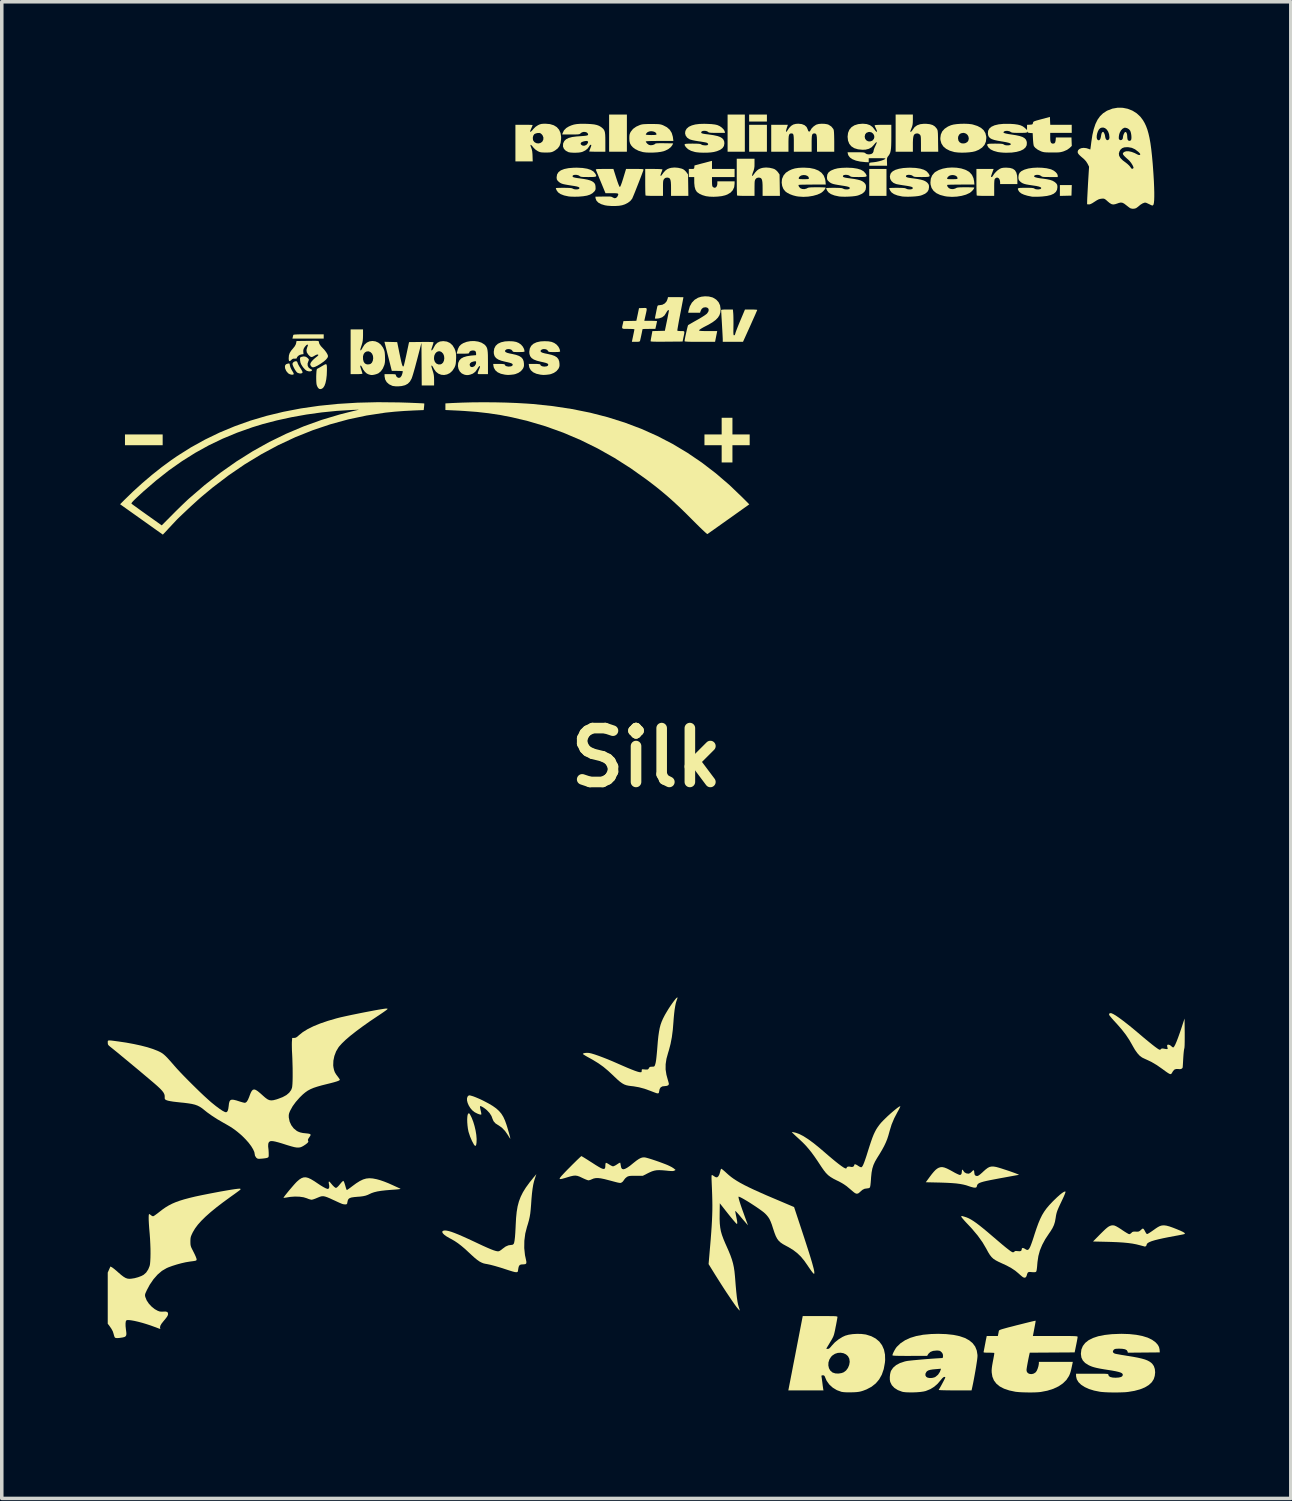
<source format=kicad_pcb>
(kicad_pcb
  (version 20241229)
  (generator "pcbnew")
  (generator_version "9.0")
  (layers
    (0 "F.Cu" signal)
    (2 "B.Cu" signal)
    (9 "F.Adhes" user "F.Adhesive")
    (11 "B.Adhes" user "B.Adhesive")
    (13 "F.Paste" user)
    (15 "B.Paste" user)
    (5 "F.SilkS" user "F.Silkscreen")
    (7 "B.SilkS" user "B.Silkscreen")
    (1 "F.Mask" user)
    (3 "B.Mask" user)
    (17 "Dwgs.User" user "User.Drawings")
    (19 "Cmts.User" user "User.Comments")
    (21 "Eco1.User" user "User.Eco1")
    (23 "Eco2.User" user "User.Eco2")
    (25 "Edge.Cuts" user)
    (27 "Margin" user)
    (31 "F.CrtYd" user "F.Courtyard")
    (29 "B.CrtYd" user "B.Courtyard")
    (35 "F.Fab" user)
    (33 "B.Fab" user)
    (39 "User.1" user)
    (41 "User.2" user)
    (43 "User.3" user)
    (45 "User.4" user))
  (footprint "Silk"
    (layer "F.Cu")
    (at 15.246 18.397)
    (property "Reference" "Silk" (at 0 0 0) (layer "F.SilkS") (effects (font (size 1.524 1.524) (thickness 0.3))))
    (attr board_only exclude_from_pos_files exclude_from_bom)
    (fp_poly (pts (xy -13.691 -8.843) (xy -14.758 -8.843) (xy -14.758 -9.148) (xy -13.691 -9.148)) (stroke (width 0) (type solid)) (fill yes) (layer "F.SilkS"))
    (fp_poly (pts (xy -0.549 -17.152) (xy -1.052 -17.152) (xy -1.052 -18.204) (xy -0.549 -18.204)) (stroke (width 0) (type solid)) (fill yes) (layer "F.SilkS"))
    (fp_poly (pts (xy 2.79 -17.152) (xy 2.302 -17.152) (xy 2.302 -18.204) (xy 2.79 -18.204)) (stroke (width 0) (type solid)) (fill yes) (layer "F.SilkS"))
    (fp_poly (pts (xy 3.415 -18.006) (xy 2.912 -18.006) (xy 2.912 -18.204) (xy 3.415 -18.204)) (stroke (width 0) (type solid)) (fill yes) (layer "F.SilkS"))
    (fp_poly (pts (xy 3.415 -17.152) (xy 2.912 -17.152) (xy 2.912 -17.914) (xy 3.415 -17.914)) (stroke (width 0) (type solid)) (fill yes) (layer "F.SilkS"))
    (fp_poly (pts (xy 6.8 -15.902) (xy 6.312 -15.902) (xy 6.312 -16.664) (xy 6.8 -16.664)) (stroke (width 0) (type solid)) (fill yes) (layer "F.SilkS"))
    (fp_poly (pts (xy 12.041 -16.058) (xy 12.037 -15.909) (xy 11.873 -15.905) (xy 11.709 -15.901) (xy 11.709 -16.207) (xy 12.046 -16.207)) (stroke (width 0) (type solid)) (fill yes) (layer "F.SilkS"))
    (fp_poly (pts (xy 2.439 -9.148) (xy 2.927 -9.148) (xy 2.927 -8.843) (xy 2.439 -8.843) (xy 2.439 -8.355) (xy 2.134 -8.355) (xy 2.134 -8.843) (xy 1.647 -8.843) (xy 1.647 -9.148) (xy 2.134 -9.148) (xy 2.134 -9.62) (xy 2.439 -9.62)) (stroke (width 0) (type solid)) (fill yes) (layer "F.SilkS"))
    (fp_poly (pts (xy -9.132 -11.861) (xy -10.017 -11.861) (xy -10.008 -11.903) (xy -9.999 -11.941) (xy -9.993 -11.964) (xy -9.984 -11.97) (xy -9.96 -11.975) (xy -9.918 -11.978) (xy -9.855 -11.981) (xy -9.768 -11.982) (xy -9.656 -11.983) (xy -9.56 -11.983) (xy -9.132 -11.983)) (stroke (width 0) (type solid)) (fill yes) (layer "F.SilkS"))
    (fp_poly (pts (xy -10.099 -11.149) (xy -10.092 -11.12) (xy -10.089 -11.099) (xy -10.074 -11.048) (xy -10.046 -10.988) (xy -10.025 -10.952) (xy -9.998 -10.908) (xy -9.982 -10.872) (xy -9.979 -10.855) (xy -10.004 -10.84) (xy -10.045 -10.84) (xy -10.092 -10.853) (xy -10.135 -10.877) (xy -10.14 -10.881) (xy -10.192 -10.943) (xy -10.224 -11.016) (xy -10.23 -11.066) (xy -10.221 -11.111) (xy -10.191 -11.139) (xy -10.143 -11.154) (xy -10.114 -11.158)) (stroke (width 0) (type solid)) (fill yes) (layer "F.SilkS"))
    (fp_poly (pts (xy -9.891 -11.215) (xy -9.876 -11.19) (xy -9.872 -11.174) (xy -9.858 -11.139) (xy -9.832 -11.089) (xy -9.798 -11.035) (xy -9.793 -11.028) (xy -9.762 -10.978) (xy -9.739 -10.935) (xy -9.73 -10.907) (xy -9.73 -10.903) (xy -9.748 -10.882) (xy -9.783 -10.873) (xy -9.828 -10.877) (xy -9.872 -10.893) (xy -9.886 -10.903) (xy -9.914 -10.934) (xy -9.946 -10.982) (xy -9.977 -11.038) (xy -10.002 -11.092) (xy -10.015 -11.135) (xy -10.017 -11.146) (xy -10.003 -11.18) (xy -9.97 -11.208) (xy -9.927 -11.221) (xy -9.921 -11.221)) (stroke (width 0) (type solid)) (fill yes) (layer "F.SilkS"))
    (fp_poly (pts (xy -9.634 -11.346) (xy -9.588 -11.313) (xy -9.56 -11.283) (xy -9.551 -11.262) (xy -9.559 -11.237) (xy -9.566 -11.222) (xy -9.589 -11.152) (xy -9.584 -11.088) (xy -9.553 -11.034) (xy -9.498 -10.996) (xy -9.488 -10.992) (xy -9.462 -10.978) (xy -9.462 -10.963) (xy -9.468 -10.954) (xy -9.501 -10.936) (xy -9.549 -10.933) (xy -9.602 -10.947) (xy -9.628 -10.96) (xy -9.661 -10.987) (xy -9.701 -11.03) (xy -9.734 -11.074) (xy -9.771 -11.134) (xy -9.791 -11.187) (xy -9.8 -11.244) (xy -9.803 -11.292) (xy -9.799 -11.319) (xy -9.786 -11.334) (xy -9.766 -11.343) (xy -9.695 -11.358)) (stroke (width 0) (type solid)) (fill yes) (layer "F.SilkS"))
    (fp_poly (pts (xy -5.012 10.073) (xy -4.993 10.099) (xy -4.986 10.11) (xy -4.942 10.198) (xy -4.899 10.308) (xy -4.862 10.431) (xy -4.832 10.559) (xy -4.812 10.683) (xy -4.803 10.795) (xy -4.803 10.812) (xy -4.806 10.901) (xy -4.815 10.96) (xy -4.829 10.99) (xy -4.849 10.991) (xy -4.875 10.962) (xy -4.877 10.96) (xy -4.935 10.852) (xy -4.987 10.731) (xy -5.027 10.61) (xy -5.034 10.586) (xy -5.05 10.505) (xy -5.061 10.416) (xy -5.068 10.327) (xy -5.07 10.243) (xy -5.066 10.171) (xy -5.058 10.116) (xy -5.044 10.084) (xy -5.044 10.084) (xy -5.026 10.069)) (stroke (width 0) (type solid)) (fill yes) (layer "F.SilkS"))
    (fp_poly (pts (xy -9.048 -11.116) (xy -9.042 -11.072) (xy -9.041 -11.002) (xy -9.041 -10.967) (xy -9.046 -10.828) (xy -9.06 -10.705) (xy -9.082 -10.602) (xy -9.112 -10.522) (xy -9.149 -10.468) (xy -9.159 -10.459) (xy -9.208 -10.432) (xy -9.252 -10.435) (xy -9.284 -10.458) (xy -9.307 -10.492) (xy -9.327 -10.539) (xy -9.331 -10.552) (xy -9.338 -10.593) (xy -9.342 -10.652) (xy -9.344 -10.722) (xy -9.344 -10.795) (xy -9.341 -10.867) (xy -9.337 -10.929) (xy -9.331 -10.976) (xy -9.323 -11.001) (xy -9.32 -11.004) (xy -9.299 -11.014) (xy -9.26 -11.036) (xy -9.208 -11.066) (xy -9.18 -11.083) (xy -9.123 -11.116) (xy -9.085 -11.135) (xy -9.061 -11.136)) (stroke (width 0) (type solid)) (fill yes) (layer "F.SilkS"))
    (fp_poly (pts (xy 1.86 -16.664) (xy 2.5 -16.664) (xy 2.5 -16.435) (xy 1.86 -16.435) (xy 1.86 -16.307) (xy 1.862 -16.236) (xy 1.867 -16.189) (xy 1.878 -16.162) (xy 1.884 -16.154) (xy 1.922 -16.132) (xy 1.959 -16.136) (xy 1.989 -16.163) (xy 2.008 -16.209) (xy 2.012 -16.25) (xy 2.012 -16.313) (xy 2.5 -16.313) (xy 2.5 -16.249) (xy 2.488 -16.148) (xy 2.449 -16.063) (xy 2.385 -15.994) (xy 2.295 -15.941) (xy 2.231 -15.917) (xy 2.137 -15.895) (xy 2.025 -15.882) (xy 1.906 -15.876) (xy 1.791 -15.88) (xy 1.692 -15.893) (xy 1.687 -15.894) (xy 1.591 -15.922) (xy 1.506 -15.961) (xy 1.44 -16.008) (xy 1.428 -16.021) (xy 1.392 -16.079) (xy 1.369 -16.16) (xy 1.358 -16.266) (xy 1.358 -16.302) (xy 1.357 -16.435) (xy 1.204 -16.435) (xy 1.204 -16.664) (xy 1.28 -16.664) (xy 1.325 -16.665) (xy 1.347 -16.672) (xy 1.357 -16.689) (xy 1.36 -16.713) (xy 1.365 -16.763) (xy 1.57 -16.818) (xy 1.649 -16.838) (xy 1.72 -16.857) (xy 1.777 -16.872) (xy 1.813 -16.882) (xy 1.818 -16.883) (xy 1.86 -16.893)) (stroke (width 0) (type solid)) (fill yes) (layer "F.SilkS"))
    (fp_poly (pts (xy 10.297 -16.693) (xy 10.377 -16.669) (xy 10.437 -16.626) (xy 10.476 -16.562) (xy 10.498 -16.475) (xy 10.505 -16.369) (xy 10.505 -16.237) (xy 10.017 -16.237) (xy 10.017 -16.295) (xy 10.007 -16.353) (xy 9.983 -16.395) (xy 9.949 -16.418) (xy 9.911 -16.417) (xy 9.874 -16.392) (xy 9.864 -16.377) (xy 9.857 -16.353) (xy 9.853 -16.315) (xy 9.85 -16.259) (xy 9.849 -16.179) (xy 9.849 -16.133) (xy 9.849 -15.902) (xy 9.608 -15.902) (xy 9.525 -15.902) (xy 9.453 -15.904) (xy 9.397 -15.907) (xy 9.364 -15.91) (xy 9.356 -15.912) (xy 9.353 -15.929) (xy 9.351 -15.973) (xy 9.349 -16.039) (xy 9.347 -16.122) (xy 9.346 -16.218) (xy 9.346 -16.293) (xy 9.346 -16.664) (xy 9.833 -16.664) (xy 9.795 -16.559) (xy 9.774 -16.5) (xy 9.762 -16.463) (xy 9.76 -16.444) (xy 9.765 -16.437) (xy 9.778 -16.435) (xy 9.778 -16.435) (xy 9.799 -16.448) (xy 9.815 -16.473) (xy 9.848 -16.524) (xy 9.897 -16.58) (xy 9.954 -16.632) (xy 10.008 -16.668) (xy 10.052 -16.687) (xy 10.102 -16.697) (xy 10.169 -16.701) (xy 10.192 -16.701)) (stroke (width 0) (type solid)) (fill yes) (layer "F.SilkS"))
    (fp_poly (pts (xy 7.547 -18.059) (xy 7.545 -17.98) (xy 7.539 -17.921) (xy 7.527 -17.87) (xy 7.509 -17.82) (xy 7.487 -17.766) (xy 7.476 -17.735) (xy 7.473 -17.721) (xy 7.478 -17.716) (xy 7.49 -17.716) (xy 7.508 -17.728) (xy 7.532 -17.759) (xy 7.543 -17.776) (xy 7.597 -17.849) (xy 7.667 -17.9) (xy 7.754 -17.931) (xy 7.861 -17.943) (xy 7.926 -17.942) (xy 8.028 -17.931) (xy 8.108 -17.907) (xy 8.17 -17.867) (xy 8.218 -17.812) (xy 8.231 -17.792) (xy 8.241 -17.771) (xy 8.248 -17.747) (xy 8.252 -17.712) (xy 8.256 -17.663) (xy 8.258 -17.596) (xy 8.26 -17.505) (xy 8.26 -17.454) (xy 8.265 -17.152) (xy 7.776 -17.152) (xy 7.776 -17.378) (xy 7.775 -17.466) (xy 7.774 -17.53) (xy 7.771 -17.573) (xy 7.765 -17.602) (xy 7.757 -17.621) (xy 7.745 -17.637) (xy 7.744 -17.637) (xy 7.71 -17.661) (xy 7.677 -17.67) (xy 7.632 -17.666) (xy 7.599 -17.651) (xy 7.575 -17.622) (xy 7.56 -17.575) (xy 7.551 -17.506) (xy 7.547 -17.412) (xy 7.547 -17.358) (xy 7.547 -17.152) (xy 7.059 -17.152) (xy 7.059 -18.204) (xy 7.547 -18.204)) (stroke (width 0) (type solid)) (fill yes) (layer "F.SilkS"))
    (fp_poly (pts (xy 2.462 -12.574) (xy 2.465 -12.52) (xy 2.467 -12.444) (xy 2.468 -12.353) (xy 2.468 -12.258) (xy 2.467 -12.208) (xy 2.466 -12.114) (xy 2.465 -12.046) (xy 2.467 -12) (xy 2.47 -11.972) (xy 2.476 -11.958) (xy 2.484 -11.953) (xy 2.487 -11.953) (xy 2.508 -11.967) (xy 2.52 -12.003) (xy 2.528 -12.032) (xy 2.546 -12.083) (xy 2.573 -12.153) (xy 2.606 -12.237) (xy 2.644 -12.329) (xy 2.661 -12.369) (xy 2.794 -12.685) (xy 2.968 -12.685) (xy 3.036 -12.684) (xy 3.092 -12.681) (xy 3.129 -12.678) (xy 3.141 -12.673) (xy 3.135 -12.657) (xy 3.117 -12.617) (xy 3.091 -12.555) (xy 3.056 -12.476) (xy 3.014 -12.383) (xy 2.968 -12.279) (xy 2.94 -12.216) (xy 2.738 -11.77) (xy 2.165 -11.77) (xy 2.165 -11.835) (xy 2.164 -11.868) (xy 2.161 -11.927) (xy 2.157 -12.006) (xy 2.152 -12.099) (xy 2.146 -12.203) (xy 2.142 -12.273) (xy 2.136 -12.377) (xy 2.13 -12.472) (xy 2.126 -12.553) (xy 2.122 -12.615) (xy 2.12 -12.654) (xy 2.119 -12.666) (xy 2.128 -12.675) (xy 2.157 -12.681) (xy 2.209 -12.684) (xy 2.286 -12.685) (xy 2.452 -12.685)) (stroke (width 0) (type solid)) (fill yes) (layer "F.SilkS"))
    (fp_poly (pts (xy 9.113 -17.94) (xy 9.205 -17.93) (xy 9.244 -17.922) (xy 9.374 -17.881) (xy 9.476 -17.827) (xy 9.551 -17.76) (xy 9.6 -17.679) (xy 9.624 -17.583) (xy 9.626 -17.541) (xy 9.614 -17.437) (xy 9.575 -17.346) (xy 9.508 -17.27) (xy 9.415 -17.208) (xy 9.315 -17.166) (xy 9.24 -17.148) (xy 9.144 -17.135) (xy 9.036 -17.127) (xy 8.925 -17.125) (xy 8.82 -17.13) (xy 8.731 -17.141) (xy 8.719 -17.143) (xy 8.591 -17.181) (xy 8.487 -17.235) (xy 8.407 -17.303) (xy 8.354 -17.387) (xy 8.327 -17.484) (xy 8.325 -17.529) (xy 8.825 -17.529) (xy 8.838 -17.463) (xy 8.874 -17.416) (xy 8.927 -17.389) (xy 8.993 -17.386) (xy 9.039 -17.397) (xy 9.091 -17.428) (xy 9.12 -17.473) (xy 9.13 -17.525) (xy 9.121 -17.578) (xy 9.095 -17.627) (xy 9.053 -17.664) (xy 8.996 -17.684) (xy 8.972 -17.685) (xy 8.906 -17.673) (xy 8.858 -17.637) (xy 8.83 -17.58) (xy 8.825 -17.529) (xy 8.325 -17.529) (xy 8.324 -17.534) (xy 8.338 -17.637) (xy 8.378 -17.727) (xy 8.446 -17.802) (xy 8.54 -17.865) (xy 8.626 -17.902) (xy 8.698 -17.921) (xy 8.791 -17.934) (xy 8.897 -17.942) (xy 9.007 -17.944)) (stroke (width 0) (type solid)) (fill yes) (layer "F.SilkS"))
    (fp_poly (pts (xy 3.064 -16.817) (xy 3.063 -16.739) (xy 3.055 -16.679) (xy 3.041 -16.623) (xy 3.024 -16.58) (xy 3.005 -16.525) (xy 2.996 -16.486) (xy 2.998 -16.465) (xy 3.01 -16.468) (xy 3.027 -16.489) (xy 3.084 -16.566) (xy 3.135 -16.621) (xy 3.187 -16.659) (xy 3.246 -16.683) (xy 3.302 -16.697) (xy 3.392 -16.705) (xy 3.492 -16.697) (xy 3.587 -16.675) (xy 3.634 -16.657) (xy 3.675 -16.628) (xy 3.717 -16.586) (xy 3.73 -16.569) (xy 3.773 -16.507) (xy 3.778 -16.204) (xy 3.783 -15.902) (xy 3.293 -15.902) (xy 3.293 -16.107) (xy 3.292 -16.213) (xy 3.287 -16.293) (xy 3.277 -16.35) (xy 3.261 -16.387) (xy 3.236 -16.409) (xy 3.203 -16.418) (xy 3.176 -16.42) (xy 3.128 -16.409) (xy 3.096 -16.38) (xy 3.084 -16.361) (xy 3.075 -16.339) (xy 3.069 -16.308) (xy 3.066 -16.263) (xy 3.065 -16.197) (xy 3.064 -16.121) (xy 3.064 -15.902) (xy 2.823 -15.902) (xy 2.74 -15.902) (xy 2.668 -15.904) (xy 2.613 -15.907) (xy 2.579 -15.91) (xy 2.572 -15.912) (xy 2.569 -15.929) (xy 2.567 -15.973) (xy 2.565 -16.04) (xy 2.563 -16.127) (xy 2.562 -16.23) (xy 2.562 -16.346) (xy 2.561 -16.438) (xy 2.561 -16.954) (xy 3.064 -16.954)) (stroke (width 0) (type solid)) (fill yes) (layer "F.SilkS"))
    (fp_poly (pts (xy -0.014 -12.728) (xy 0.005 -12.719) (xy 0.012 -12.698) (xy 0.009 -12.66) (xy -0.003 -12.601) (xy -0.021 -12.521) (xy -0.056 -12.365) (xy 0.124 -12.365) (xy 0.194 -12.364) (xy 0.252 -12.362) (xy 0.291 -12.359) (xy 0.305 -12.356) (xy 0.302 -12.338) (xy 0.293 -12.299) (xy 0.282 -12.246) (xy 0.281 -12.242) (xy 0.257 -12.136) (xy 0.075 -12.136) (xy 0.005 -12.135) (xy -0.053 -12.134) (xy -0.092 -12.131) (xy -0.107 -12.128) (xy -0.107 -12.128) (xy -0.11 -12.11) (xy -0.118 -12.07) (xy -0.129 -12.015) (xy -0.142 -11.953) (xy -0.155 -11.893) (xy -0.167 -11.841) (xy -0.175 -11.806) (xy -0.177 -11.797) (xy -0.186 -11.783) (xy -0.207 -11.774) (xy -0.247 -11.771) (xy -0.297 -11.77) (xy -0.408 -11.77) (xy -0.372 -11.942) (xy -0.358 -12.01) (xy -0.346 -12.068) (xy -0.338 -12.108) (xy -0.335 -12.124) (xy -0.35 -12.129) (xy -0.388 -12.133) (xy -0.446 -12.135) (xy -0.511 -12.136) (xy -0.589 -12.136) (xy -0.641 -12.138) (xy -0.671 -12.147) (xy -0.684 -12.165) (xy -0.682 -12.197) (xy -0.672 -12.246) (xy -0.665 -12.273) (xy -0.646 -12.357) (xy -0.463 -12.361) (xy -0.281 -12.365) (xy -0.243 -12.544) (xy -0.206 -12.723) (xy -0.095 -12.727) (xy -0.047 -12.729)) (stroke (width 0) (type solid)) (fill yes) (layer "F.SilkS"))
    (fp_poly (pts (xy 0.9 -16.697) (xy 0.995 -16.675) (xy 1.042 -16.657) (xy 1.083 -16.628) (xy 1.125 -16.586) (xy 1.138 -16.569) (xy 1.182 -16.507) (xy 1.187 -16.204) (xy 1.191 -15.902) (xy 0.701 -15.902) (xy 0.701 -16.107) (xy 0.7 -16.213) (xy 0.695 -16.293) (xy 0.685 -16.35) (xy 0.669 -16.387) (xy 0.645 -16.409) (xy 0.611 -16.418) (xy 0.584 -16.42) (xy 0.536 -16.409) (xy 0.504 -16.38) (xy 0.492 -16.361) (xy 0.483 -16.339) (xy 0.477 -16.308) (xy 0.474 -16.263) (xy 0.473 -16.197) (xy 0.473 -16.121) (xy 0.473 -15.902) (xy 0.231 -15.902) (xy 0.148 -15.902) (xy 0.076 -15.904) (xy 0.021 -15.907) (xy -0.013 -15.91) (xy -0.02 -15.912) (xy -0.023 -15.929) (xy -0.026 -15.973) (xy -0.028 -16.039) (xy -0.029 -16.122) (xy -0.03 -16.218) (xy -0.03 -16.293) (xy -0.03 -16.664) (xy 0.213 -16.664) (xy 0.296 -16.663) (xy 0.366 -16.661) (xy 0.42 -16.658) (xy 0.451 -16.654) (xy 0.457 -16.651) (xy 0.452 -16.63) (xy 0.438 -16.592) (xy 0.425 -16.559) (xy 0.408 -16.511) (xy 0.403 -16.479) (xy 0.408 -16.465) (xy 0.424 -16.474) (xy 0.435 -16.489) (xy 0.492 -16.566) (xy 0.543 -16.621) (xy 0.595 -16.659) (xy 0.654 -16.683) (xy 0.71 -16.697) (xy 0.8 -16.705)) (stroke (width 0) (type solid)) (fill yes) (layer "F.SilkS"))
    (fp_poly (pts (xy -4.985 9.565) (xy -4.943 9.577) (xy -4.905 9.588) (xy -4.846 9.61) (xy -4.771 9.641) (xy -4.689 9.677) (xy -4.619 9.711) (xy -4.472 9.788) (xy -4.35 9.86) (xy -4.25 9.931) (xy -4.169 10.004) (xy -4.102 10.083) (xy -4.047 10.172) (xy -4 10.275) (xy -3.959 10.39) (xy -3.936 10.463) (xy -3.913 10.541) (xy -3.891 10.617) (xy -3.872 10.685) (xy -3.858 10.741) (xy -3.85 10.778) (xy -3.849 10.791) (xy -3.858 10.781) (xy -3.879 10.75) (xy -3.907 10.705) (xy -3.919 10.685) (xy -3.999 10.57) (xy -4.088 10.477) (xy -4.183 10.41) (xy -4.193 10.405) (xy -4.27 10.355) (xy -4.324 10.293) (xy -4.353 10.227) (xy -4.383 10.146) (xy -4.437 10.062) (xy -4.51 9.984) (xy -4.51 9.984) (xy -4.566 9.938) (xy -4.619 9.901) (xy -4.664 9.876) (xy -4.696 9.866) (xy -4.706 9.869) (xy -4.708 9.888) (xy -4.702 9.928) (xy -4.691 9.981) (xy -4.689 9.987) (xy -4.677 10.04) (xy -4.67 10.082) (xy -4.67 10.103) (xy -4.671 10.104) (xy -4.693 10.107) (xy -4.734 10.097) (xy -4.785 10.077) (xy -4.84 10.049) (xy -4.866 10.034) (xy -4.928 9.984) (xy -4.982 9.92) (xy -5.026 9.849) (xy -5.058 9.775) (xy -5.075 9.705) (xy -5.075 9.642) (xy -5.057 9.594) (xy -5.046 9.582) (xy -5.029 9.568) (xy -5.011 9.562)) (stroke (width 0) (type solid)) (fill yes) (layer "F.SilkS"))
    (fp_poly (pts (xy -4.282 -10.057) (xy -3.969 -10.05) (xy -3.668 -10.038) (xy -3.385 -10.022) (xy -3.202 -10.009) (xy -2.645 -9.95) (xy -2.107 -9.868) (xy -1.589 -9.764) (xy -1.089 -9.635) (xy -0.607 -9.483) (xy -0.141 -9.307) (xy 0.309 -9.106) (xy 0.745 -8.88) (xy 1.166 -8.628) (xy 1.573 -8.351) (xy 1.968 -8.048) (xy 2.352 -7.719) (xy 2.724 -7.362) (xy 2.727 -7.359) (xy 2.916 -7.169) (xy 2.331 -6.753) (xy 2.212 -6.669) (xy 2.101 -6.59) (xy 2 -6.518) (xy 1.911 -6.455) (xy 1.837 -6.403) (xy 1.781 -6.363) (xy 1.744 -6.337) (xy 1.73 -6.327) (xy 1.717 -6.335) (xy 1.684 -6.362) (xy 1.635 -6.407) (xy 1.571 -6.467) (xy 1.496 -6.54) (xy 1.412 -6.623) (xy 1.321 -6.714) (xy 1.319 -6.716) (xy 1.138 -6.897) (xy 0.973 -7.058) (xy 0.817 -7.204) (xy 0.667 -7.34) (xy 0.518 -7.468) (xy 0.365 -7.595) (xy 0.203 -7.723) (xy 0.027 -7.857) (xy 0.019 -7.863) (xy -0.436 -8.187) (xy -0.9 -8.483) (xy -1.374 -8.75) (xy -1.856 -8.988) (xy -2.347 -9.197) (xy -2.847 -9.377) (xy -3.354 -9.527) (xy -3.808 -9.635) (xy -4.134 -9.698) (xy -4.462 -9.748) (xy -4.799 -9.786) (xy -5.155 -9.813) (xy -5.309 -9.822) (xy -5.687 -9.84) (xy -5.687 -10.027) (xy -5.5 -10.037) (xy -5.214 -10.049) (xy -4.911 -10.057) (xy -4.598 -10.059)) (stroke (width 0) (type solid)) (fill yes) (layer "F.SilkS"))
    (fp_poly (pts (xy 1.771 -13.053) (xy 1.868 -13.029) (xy 1.887 -13.022) (xy 1.979 -12.966) (xy 2.046 -12.893) (xy 2.088 -12.804) (xy 2.104 -12.698) (xy 2.104 -12.685) (xy 2.096 -12.601) (xy 2.072 -12.525) (xy 2.029 -12.456) (xy 1.965 -12.39) (xy 1.876 -12.324) (xy 1.762 -12.256) (xy 1.696 -12.222) (xy 1.617 -12.181) (xy 1.555 -12.145) (xy 1.513 -12.117) (xy 1.495 -12.099) (xy 1.494 -12.097) (xy 1.498 -12.089) (xy 1.514 -12.083) (xy 1.545 -12.079) (xy 1.595 -12.076) (xy 1.668 -12.075) (xy 1.751 -12.075) (xy 2.008 -12.075) (xy 1.947 -11.77) (xy 1.515 -11.77) (xy 1.383 -11.77) (xy 1.279 -11.771) (xy 1.2 -11.773) (xy 1.144 -11.776) (xy 1.107 -11.779) (xy 1.088 -11.784) (xy 1.083 -11.789) (xy 1.087 -11.818) (xy 1.096 -11.868) (xy 1.108 -11.932) (xy 1.124 -12.003) (xy 1.14 -12.075) (xy 1.155 -12.141) (xy 1.169 -12.196) (xy 1.179 -12.231) (xy 1.184 -12.242) (xy 1.201 -12.253) (xy 1.24 -12.276) (xy 1.297 -12.309) (xy 1.366 -12.349) (xy 1.433 -12.386) (xy 1.514 -12.432) (xy 1.589 -12.478) (xy 1.653 -12.519) (xy 1.699 -12.553) (xy 1.719 -12.57) (xy 1.756 -12.624) (xy 1.768 -12.673) (xy 1.756 -12.713) (xy 1.721 -12.74) (xy 1.671 -12.749) (xy 1.611 -12.737) (xy 1.567 -12.701) (xy 1.539 -12.645) (xy 1.522 -12.593) (xy 1.186 -12.593) (xy 1.196 -12.649) (xy 1.232 -12.774) (xy 1.29 -12.878) (xy 1.368 -12.96) (xy 1.464 -13.018) (xy 1.557 -13.047) (xy 1.663 -13.059)) (stroke (width 0) (type solid)) (fill yes) (layer "F.SilkS"))
    (fp_poly (pts (xy 4.403 -17.934) (xy 4.481 -17.903) (xy 4.537 -17.853) (xy 4.569 -17.786) (xy 4.572 -17.774) (xy 4.588 -17.734) (xy 4.611 -17.72) (xy 4.635 -17.734) (xy 4.649 -17.759) (xy 4.684 -17.816) (xy 4.739 -17.87) (xy 4.802 -17.912) (xy 4.821 -17.921) (xy 4.885 -17.938) (xy 4.965 -17.944) (xy 5.049 -17.941) (xy 5.124 -17.929) (xy 5.161 -17.916) (xy 5.238 -17.866) (xy 5.291 -17.801) (xy 5.305 -17.772) (xy 5.31 -17.742) (xy 5.315 -17.686) (xy 5.318 -17.609) (xy 5.32 -17.517) (xy 5.321 -17.441) (xy 5.321 -17.152) (xy 4.833 -17.152) (xy 4.833 -17.387) (xy 4.832 -17.487) (xy 4.829 -17.561) (xy 4.822 -17.612) (xy 4.811 -17.645) (xy 4.795 -17.662) (xy 4.772 -17.67) (xy 4.757 -17.67) (xy 4.73 -17.667) (xy 4.71 -17.655) (xy 4.696 -17.631) (xy 4.687 -17.59) (xy 4.683 -17.528) (xy 4.681 -17.442) (xy 4.681 -17.387) (xy 4.681 -17.152) (xy 4.177 -17.152) (xy 4.177 -17.393) (xy 4.177 -17.491) (xy 4.174 -17.564) (xy 4.169 -17.613) (xy 4.16 -17.645) (xy 4.146 -17.662) (xy 4.126 -17.669) (xy 4.108 -17.67) (xy 4.079 -17.667) (xy 4.057 -17.654) (xy 4.042 -17.628) (xy 4.032 -17.585) (xy 4.027 -17.521) (xy 4.025 -17.432) (xy 4.025 -17.383) (xy 4.025 -17.152) (xy 3.537 -17.152) (xy 3.537 -17.914) (xy 4.008 -17.914) (xy 3.977 -17.822) (xy 3.962 -17.77) (xy 3.956 -17.733) (xy 3.96 -17.714) (xy 3.972 -17.719) (xy 3.985 -17.737) (xy 4.043 -17.823) (xy 4.1 -17.883) (xy 4.161 -17.921) (xy 4.233 -17.94) (xy 4.307 -17.945)) (stroke (width 0) (type solid)) (fill yes) (layer "F.SilkS"))
    (fp_poly (pts (xy 0.911 -13.035) (xy 0.976 -13.034) (xy 1.024 -13.033) (xy 1.05 -13.032) (xy 1.052 -13.032) (xy 1.049 -13.016) (xy 1.041 -12.975) (xy 1.029 -12.91) (xy 1.013 -12.827) (xy 0.994 -12.728) (xy 0.973 -12.618) (xy 0.962 -12.563) (xy 0.94 -12.448) (xy 0.92 -12.342) (xy 0.904 -12.25) (xy 0.891 -12.175) (xy 0.882 -12.121) (xy 0.879 -12.091) (xy 0.879 -12.086) (xy 0.897 -12.08) (xy 0.936 -12.076) (xy 0.984 -12.075) (xy 1.03 -12.075) (xy 1.059 -12.072) (xy 1.075 -12.06) (xy 1.078 -12.035) (xy 1.072 -11.992) (xy 1.058 -11.924) (xy 1.054 -11.907) (xy 1.028 -11.778) (xy 0.575 -11.774) (xy 0.437 -11.773) (xy 0.328 -11.773) (xy 0.244 -11.774) (xy 0.184 -11.776) (xy 0.145 -11.779) (xy 0.126 -11.784) (xy 0.122 -11.788) (xy 0.125 -11.81) (xy 0.132 -11.854) (xy 0.143 -11.912) (xy 0.148 -11.94) (xy 0.173 -12.074) (xy 0.35 -12.078) (xy 0.526 -12.083) (xy 0.583 -12.357) (xy 0.601 -12.445) (xy 0.616 -12.524) (xy 0.629 -12.588) (xy 0.637 -12.632) (xy 0.64 -12.65) (xy 0.634 -12.67) (xy 0.618 -12.667) (xy 0.595 -12.644) (xy 0.57 -12.605) (xy 0.563 -12.591) (xy 0.514 -12.515) (xy 0.449 -12.464) (xy 0.365 -12.435) (xy 0.329 -12.43) (xy 0.283 -12.427) (xy 0.252 -12.427) (xy 0.244 -12.429) (xy 0.247 -12.447) (xy 0.254 -12.487) (xy 0.265 -12.541) (xy 0.278 -12.604) (xy 0.29 -12.666) (xy 0.302 -12.722) (xy 0.31 -12.762) (xy 0.313 -12.772) (xy 0.325 -12.796) (xy 0.352 -12.806) (xy 0.374 -12.807) (xy 0.456 -12.82) (xy 0.525 -12.858) (xy 0.576 -12.917) (xy 0.604 -12.988) (xy 0.614 -13.035) (xy 0.833 -13.035)) (stroke (width 0) (type solid)) (fill yes) (layer "F.SilkS"))
    (fp_poly (pts (xy -0.85 -16.409) (xy -0.816 -16.306) (xy -0.788 -16.228) (xy -0.766 -16.177) (xy -0.751 -16.154) (xy -0.748 -16.153) (xy -0.735 -16.168) (xy -0.716 -16.212) (xy -0.69 -16.283) (xy -0.658 -16.383) (xy -0.65 -16.409) (xy -0.573 -16.664) (xy -0.323 -16.664) (xy -0.23 -16.664) (xy -0.164 -16.663) (xy -0.12 -16.661) (xy -0.094 -16.657) (xy -0.082 -16.651) (xy -0.079 -16.642) (xy -0.08 -16.637) (xy -0.091 -16.605) (xy -0.111 -16.55) (xy -0.138 -16.478) (xy -0.171 -16.392) (xy -0.207 -16.299) (xy -0.245 -16.202) (xy -0.283 -16.106) (xy -0.318 -16.017) (xy -0.35 -15.939) (xy -0.376 -15.877) (xy -0.394 -15.835) (xy -0.4 -15.822) (xy -0.449 -15.761) (xy -0.52 -15.706) (xy -0.606 -15.662) (xy -0.686 -15.636) (xy -0.775 -15.621) (xy -0.882 -15.615) (xy -0.994 -15.616) (xy -1.101 -15.624) (xy -1.171 -15.635) (xy -1.279 -15.668) (xy -1.359 -15.712) (xy -1.411 -15.767) (xy -1.436 -15.833) (xy -1.437 -15.841) (xy -1.441 -15.879) (xy -1.216 -15.883) (xy -1.127 -15.884) (xy -1.064 -15.884) (xy -1.019 -15.882) (xy -0.989 -15.877) (xy -0.967 -15.868) (xy -0.949 -15.857) (xy -0.9 -15.835) (xy -0.856 -15.843) (xy -0.82 -15.879) (xy -0.815 -15.888) (xy -0.798 -15.924) (xy -0.792 -15.949) (xy -0.801 -15.965) (xy -0.83 -15.973) (xy -0.881 -15.977) (xy -0.958 -15.978) (xy -0.974 -15.978) (xy -1.155 -15.978) (xy -1.285 -16.294) (xy -1.324 -16.387) (xy -1.358 -16.472) (xy -1.388 -16.544) (xy -1.41 -16.598) (xy -1.424 -16.631) (xy -1.426 -16.637) (xy -1.428 -16.647) (xy -1.422 -16.654) (xy -1.404 -16.659) (xy -1.37 -16.662) (xy -1.315 -16.663) (xy -1.237 -16.664) (xy -1.184 -16.664) (xy -0.931 -16.664)) (stroke (width 0) (type solid)) (fill yes) (layer "F.SilkS"))
    (fp_poly (pts (xy 8.789 -16.699) (xy 8.916 -16.678) (xy 9.03 -16.642) (xy 9.126 -16.591) (xy 9.152 -16.571) (xy 9.22 -16.496) (xy 9.263 -16.403) (xy 9.281 -16.311) (xy 9.289 -16.222) (xy 8.908 -16.222) (xy 8.804 -16.221) (xy 8.709 -16.22) (xy 8.629 -16.219) (xy 8.568 -16.217) (xy 8.529 -16.214) (xy 8.518 -16.212) (xy 8.518 -16.194) (xy 8.53 -16.162) (xy 8.531 -16.16) (xy 8.567 -16.12) (xy 8.621 -16.097) (xy 8.683 -16.093) (xy 8.745 -16.109) (xy 8.774 -16.125) (xy 8.796 -16.134) (xy 8.836 -16.14) (xy 8.897 -16.144) (xy 8.984 -16.145) (xy 9.044 -16.146) (xy 9.126 -16.145) (xy 9.196 -16.143) (xy 9.249 -16.141) (xy 9.279 -16.138) (xy 9.285 -16.136) (xy 9.274 -16.105) (xy 9.245 -16.065) (xy 9.205 -16.024) (xy 9.163 -15.99) (xy 9.153 -15.984) (xy 9.051 -15.937) (xy 8.929 -15.903) (xy 8.793 -15.881) (xy 8.653 -15.874) (xy 8.516 -15.883) (xy 8.452 -15.893) (xy 8.319 -15.928) (xy 8.212 -15.979) (xy 8.131 -16.046) (xy 8.076 -16.127) (xy 8.048 -16.225) (xy 8.044 -16.283) (xy 8.055 -16.39) (xy 8.056 -16.392) (xy 8.516 -16.392) (xy 8.522 -16.382) (xy 8.541 -16.377) (xy 8.578 -16.375) (xy 8.64 -16.374) (xy 8.661 -16.374) (xy 8.73 -16.375) (xy 8.775 -16.377) (xy 8.799 -16.382) (xy 8.81 -16.391) (xy 8.812 -16.402) (xy 8.799 -16.441) (xy 8.763 -16.47) (xy 8.713 -16.488) (xy 8.657 -16.492) (xy 8.601 -16.481) (xy 8.574 -16.468) (xy 8.54 -16.44) (xy 8.52 -16.409) (xy 8.519 -16.406) (xy 8.516 -16.392) (xy 8.056 -16.392) (xy 8.092 -16.48) (xy 8.154 -16.556) (xy 8.185 -16.58) (xy 8.281 -16.634) (xy 8.396 -16.673) (xy 8.523 -16.697) (xy 8.656 -16.705)) (stroke (width 0) (type solid)) (fill yes) (layer "F.SilkS"))
    (fp_poly (pts (xy -9.345 -11.798) (xy -9.307 -11.796) (xy -9.285 -11.792) (xy -9.274 -11.786) (xy -9.27 -11.778) (xy -9.27 -11.77) (xy -9.255 -11.713) (xy -9.212 -11.648) (xy -9.162 -11.595) (xy -9.109 -11.538) (xy -9.063 -11.478) (xy -9.029 -11.422) (xy -9.012 -11.376) (xy -9.01 -11.364) (xy -9.024 -11.321) (xy -9.065 -11.269) (xy -9.13 -11.212) (xy -9.217 -11.151) (xy -9.221 -11.148) (xy -9.307 -11.096) (xy -9.373 -11.064) (xy -9.422 -11.049) (xy -9.453 -11.051) (xy -9.489 -11.077) (xy -9.511 -11.118) (xy -9.513 -11.136) (xy -9.501 -11.175) (xy -9.466 -11.225) (xy -9.412 -11.28) (xy -9.351 -11.331) (xy -9.308 -11.365) (xy -9.287 -11.387) (xy -9.284 -11.4) (xy -9.293 -11.408) (xy -9.317 -11.411) (xy -9.355 -11.397) (xy -9.394 -11.375) (xy -9.442 -11.348) (xy -9.478 -11.339) (xy -9.511 -11.351) (xy -9.548 -11.385) (xy -9.572 -11.412) (xy -9.611 -11.473) (xy -9.62 -11.539) (xy -9.6 -11.613) (xy -9.595 -11.624) (xy -9.579 -11.667) (xy -9.582 -11.689) (xy -9.6 -11.691) (xy -9.628 -11.672) (xy -9.662 -11.633) (xy -9.674 -11.617) (xy -9.701 -11.569) (xy -9.711 -11.523) (xy -9.71 -11.49) (xy -9.704 -11.422) (xy -9.765 -11.414) (xy -9.814 -11.398) (xy -9.858 -11.369) (xy -9.887 -11.333) (xy -9.895 -11.308) (xy -9.909 -11.295) (xy -9.95 -11.294) (xy -9.952 -11.294) (xy -9.998 -11.293) (xy -10.032 -11.274) (xy -10.046 -11.26) (xy -10.082 -11.228) (xy -10.105 -11.223) (xy -10.119 -11.245) (xy -10.123 -11.295) (xy -10.123 -11.305) (xy -10.117 -11.384) (xy -10.095 -11.453) (xy -10.053 -11.521) (xy -10.002 -11.581) (xy -9.951 -11.645) (xy -9.921 -11.702) (xy -9.914 -11.728) (xy -9.901 -11.793) (xy -9.586 -11.797) (xy -9.48 -11.798) (xy -9.401 -11.799)) (stroke (width 0) (type solid)) (fill yes) (layer "F.SilkS"))
    (fp_poly (pts (xy 4.626 -16.692) (xy 4.761 -16.664) (xy 4.873 -16.619) (xy 4.961 -16.556) (xy 5.024 -16.476) (xy 5.062 -16.379) (xy 5.073 -16.313) (xy 5.081 -16.222) (xy 4.7 -16.222) (xy 4.596 -16.221) (xy 4.501 -16.22) (xy 4.421 -16.219) (xy 4.36 -16.217) (xy 4.321 -16.214) (xy 4.31 -16.212) (xy 4.31 -16.194) (xy 4.322 -16.162) (xy 4.323 -16.16) (xy 4.359 -16.12) (xy 4.413 -16.097) (xy 4.475 -16.093) (xy 4.537 -16.109) (xy 4.566 -16.125) (xy 4.588 -16.134) (xy 4.628 -16.14) (xy 4.69 -16.144) (xy 4.776 -16.145) (xy 4.836 -16.146) (xy 4.918 -16.145) (xy 4.988 -16.143) (xy 5.041 -16.141) (xy 5.071 -16.138) (xy 5.077 -16.136) (xy 5.066 -16.105) (xy 5.037 -16.065) (xy 4.998 -16.024) (xy 4.955 -15.99) (xy 4.945 -15.984) (xy 4.843 -15.937) (xy 4.721 -15.903) (xy 4.585 -15.881) (xy 4.445 -15.874) (xy 4.308 -15.883) (xy 4.244 -15.893) (xy 4.152 -15.917) (xy 4.062 -15.951) (xy 3.984 -15.993) (xy 3.936 -16.029) (xy 3.882 -16.097) (xy 3.847 -16.183) (xy 3.833 -16.277) (xy 3.841 -16.37) (xy 3.847 -16.392) (xy 3.853 -16.405) (xy 4.315 -16.405) (xy 4.317 -16.391) (xy 4.327 -16.382) (xy 4.351 -16.377) (xy 4.394 -16.375) (xy 4.459 -16.374) (xy 4.527 -16.375) (xy 4.57 -16.377) (xy 4.593 -16.382) (xy 4.603 -16.392) (xy 4.604 -16.402) (xy 4.591 -16.441) (xy 4.555 -16.47) (xy 4.505 -16.488) (xy 4.448 -16.492) (xy 4.392 -16.481) (xy 4.364 -16.467) (xy 4.329 -16.437) (xy 4.315 -16.407) (xy 4.315 -16.405) (xy 3.853 -16.405) (xy 3.888 -16.484) (xy 3.952 -16.558) (xy 4.037 -16.614) (xy 4.121 -16.653) (xy 4.208 -16.679) (xy 4.305 -16.694) (xy 4.42 -16.701) (xy 4.467 -16.701)) (stroke (width 0) (type solid)) (fill yes) (layer "F.SilkS"))
    (fp_poly (pts (xy -3.775 -11.784) (xy -3.685 -11.768) (xy -3.612 -11.738) (xy -3.549 -11.694) (xy -3.548 -11.694) (xy -3.496 -11.635) (xy -3.46 -11.567) (xy -3.446 -11.502) (xy -3.446 -11.498) (xy -3.459 -11.489) (xy -3.5 -11.483) (xy -3.569 -11.481) (xy -3.61 -11.48) (xy -3.683 -11.481) (xy -3.731 -11.483) (xy -3.76 -11.487) (xy -3.777 -11.495) (xy -3.786 -11.509) (xy -3.789 -11.514) (xy -3.817 -11.545) (xy -3.862 -11.562) (xy -3.914 -11.566) (xy -3.961 -11.555) (xy -3.993 -11.529) (xy -3.995 -11.525) (xy -3.999 -11.501) (xy -3.981 -11.479) (xy -3.94 -11.459) (xy -3.872 -11.441) (xy -3.8 -11.427) (xy -3.686 -11.401) (xy -3.6 -11.37) (xy -3.538 -11.331) (xy -3.496 -11.282) (xy -3.472 -11.219) (xy -3.464 -11.161) (xy -3.462 -11.103) (xy -3.469 -11.06) (xy -3.488 -11.017) (xy -3.496 -11.004) (xy -3.548 -10.941) (xy -3.621 -10.891) (xy -3.707 -10.857) (xy -3.751 -10.847) (xy -3.825 -10.838) (xy -3.879 -10.834) (xy -3.924 -10.833) (xy -3.971 -10.837) (xy -4.005 -10.841) (xy -4.117 -10.866) (xy -4.207 -10.907) (xy -4.273 -10.964) (xy -4.314 -11.035) (xy -4.326 -11.083) (xy -4.334 -11.145) (xy -4.172 -11.145) (xy -4.105 -11.144) (xy -4.052 -11.14) (xy -4.018 -11.135) (xy -4.01 -11.131) (xy -3.996 -11.101) (xy -3.958 -11.079) (xy -3.903 -11.069) (xy -3.89 -11.069) (xy -3.827 -11.076) (xy -3.791 -11.096) (xy -3.781 -11.125) (xy -3.788 -11.142) (xy -3.812 -11.159) (xy -3.856 -11.175) (xy -3.923 -11.192) (xy -3.989 -11.206) (xy -4.104 -11.235) (xy -4.191 -11.269) (xy -4.253 -11.311) (xy -4.294 -11.364) (xy -4.314 -11.428) (xy -4.318 -11.487) (xy -4.304 -11.58) (xy -4.265 -11.656) (xy -4.201 -11.715) (xy -4.112 -11.757) (xy -4 -11.782) (xy -3.888 -11.788)) (stroke (width 0) (type solid)) (fill yes) (layer "F.SilkS"))
    (fp_poly (pts (xy -2.769 -11.784) (xy -2.679 -11.768) (xy -2.606 -11.738) (xy -2.543 -11.694) (xy -2.542 -11.694) (xy -2.49 -11.635) (xy -2.454 -11.567) (xy -2.439 -11.502) (xy -2.439 -11.498) (xy -2.453 -11.489) (xy -2.493 -11.483) (xy -2.563 -11.481) (xy -2.603 -11.48) (xy -2.676 -11.481) (xy -2.724 -11.483) (xy -2.754 -11.487) (xy -2.771 -11.495) (xy -2.78 -11.509) (xy -2.783 -11.514) (xy -2.811 -11.545) (xy -2.856 -11.562) (xy -2.907 -11.566) (xy -2.954 -11.555) (xy -2.987 -11.529) (xy -2.989 -11.525) (xy -2.993 -11.501) (xy -2.975 -11.479) (xy -2.934 -11.459) (xy -2.865 -11.441) (xy -2.794 -11.427) (xy -2.68 -11.401) (xy -2.594 -11.37) (xy -2.531 -11.331) (xy -2.49 -11.282) (xy -2.466 -11.219) (xy -2.458 -11.161) (xy -2.456 -11.103) (xy -2.463 -11.06) (xy -2.482 -11.017) (xy -2.49 -11.004) (xy -2.542 -10.941) (xy -2.615 -10.891) (xy -2.7 -10.857) (xy -2.745 -10.847) (xy -2.819 -10.838) (xy -2.873 -10.834) (xy -2.918 -10.833) (xy -2.965 -10.837) (xy -2.999 -10.841) (xy -3.111 -10.866) (xy -3.201 -10.907) (xy -3.267 -10.964) (xy -3.308 -11.035) (xy -3.319 -11.083) (xy -3.328 -11.145) (xy -3.166 -11.145) (xy -3.099 -11.144) (xy -3.046 -11.14) (xy -3.012 -11.135) (xy -3.003 -11.131) (xy -2.989 -11.101) (xy -2.952 -11.079) (xy -2.896 -11.069) (xy -2.883 -11.069) (xy -2.821 -11.076) (xy -2.784 -11.096) (xy -2.775 -11.125) (xy -2.782 -11.142) (xy -2.805 -11.159) (xy -2.849 -11.175) (xy -2.917 -11.192) (xy -2.982 -11.206) (xy -3.097 -11.235) (xy -3.185 -11.269) (xy -3.247 -11.311) (xy -3.287 -11.364) (xy -3.308 -11.428) (xy -3.312 -11.487) (xy -3.298 -11.58) (xy -3.259 -11.656) (xy -3.195 -11.715) (xy -3.106 -11.757) (xy -2.994 -11.782) (xy -2.882 -11.788)) (stroke (width 0) (type solid)) (fill yes) (layer "F.SilkS"))
    (fp_poly (pts (xy -2.728 -17.934) (xy -2.619 -17.901) (xy -2.533 -17.848) (xy -2.469 -17.775) (xy -2.428 -17.682) (xy -2.411 -17.571) (xy -2.412 -17.507) (xy -2.426 -17.4) (xy -2.456 -17.315) (xy -2.506 -17.247) (xy -2.579 -17.19) (xy -2.622 -17.165) (xy -2.659 -17.148) (xy -2.697 -17.137) (xy -2.744 -17.131) (xy -2.808 -17.129) (xy -2.844 -17.129) (xy -2.918 -17.13) (xy -2.971 -17.134) (xy -3.012 -17.142) (xy -3.049 -17.157) (xy -3.072 -17.168) (xy -3.134 -17.209) (xy -3.189 -17.262) (xy -3.199 -17.275) (xy -3.239 -17.323) (xy -3.266 -17.346) (xy -3.279 -17.344) (xy -3.276 -17.317) (xy -3.259 -17.271) (xy -3.241 -17.219) (xy -3.229 -17.159) (xy -3.222 -17.084) (xy -3.22 -17.034) (xy -3.215 -16.877) (xy -3.705 -16.877) (xy -3.705 -17.544) (xy -3.213 -17.544) (xy -3.206 -17.483) (xy -3.201 -17.47) (xy -3.167 -17.424) (xy -3.116 -17.395) (xy -3.057 -17.386) (xy -2.999 -17.398) (xy -2.95 -17.431) (xy -2.946 -17.434) (xy -2.916 -17.491) (xy -2.912 -17.553) (xy -2.935 -17.613) (xy -2.958 -17.643) (xy -2.992 -17.672) (xy -3.023 -17.683) (xy -3.066 -17.682) (xy -3.073 -17.682) (xy -3.123 -17.671) (xy -3.163 -17.654) (xy -3.172 -17.647) (xy -3.201 -17.602) (xy -3.213 -17.544) (xy -3.705 -17.544) (xy -3.705 -17.914) (xy -3.461 -17.914) (xy -3.378 -17.914) (xy -3.308 -17.913) (xy -3.255 -17.911) (xy -3.223 -17.909) (xy -3.217 -17.907) (xy -3.223 -17.89) (xy -3.237 -17.854) (xy -3.255 -17.814) (xy -3.278 -17.762) (xy -3.289 -17.732) (xy -3.29 -17.719) (xy -3.282 -17.717) (xy -3.272 -17.719) (xy -3.252 -17.733) (xy -3.222 -17.764) (xy -3.2 -17.792) (xy -3.135 -17.857) (xy -3.065 -17.903) (xy -3.017 -17.925) (xy -2.972 -17.938) (xy -2.92 -17.943) (xy -2.856 -17.945)) (stroke (width 0) (type solid)) (fill yes) (layer "F.SilkS"))
    (fp_poly (pts (xy -8.019 -11.956) (xy -8.021 -11.874) (xy -8.026 -11.81) (xy -8.036 -11.753) (xy -8.053 -11.692) (xy -8.064 -11.659) (xy -8.085 -11.593) (xy -8.095 -11.552) (xy -8.095 -11.531) (xy -8.088 -11.526) (xy -8.071 -11.539) (xy -8.048 -11.572) (xy -8.03 -11.608) (xy -7.978 -11.689) (xy -7.912 -11.748) (xy -7.835 -11.783) (xy -7.752 -11.794) (xy -7.668 -11.783) (xy -7.588 -11.749) (xy -7.516 -11.692) (xy -7.457 -11.612) (xy -7.448 -11.596) (xy -7.427 -11.55) (xy -7.413 -11.509) (xy -7.404 -11.462) (xy -7.399 -11.4) (xy -7.397 -11.349) (xy -7.395 -11.26) (xy -7.399 -11.193) (xy -7.409 -11.139) (xy -7.417 -11.111) (xy -7.459 -11.013) (xy -7.515 -10.935) (xy -7.581 -10.881) (xy -7.596 -10.873) (xy -7.649 -10.853) (xy -7.707 -10.838) (xy -7.76 -10.83) (xy -7.796 -10.831) (xy -7.798 -10.832) (xy -7.824 -10.839) (xy -7.855 -10.846) (xy -7.911 -10.872) (xy -7.965 -10.92) (xy -8.012 -10.982) (xy -8.033 -11.023) (xy -8.055 -11.065) (xy -8.076 -11.093) (xy -8.088 -11.099) (xy -8.097 -11.093) (xy -8.097 -11.073) (xy -8.086 -11.032) (xy -8.072 -10.99) (xy -8.054 -10.936) (xy -8.041 -10.893) (xy -8.035 -10.869) (xy -8.035 -10.868) (xy -8.049 -10.863) (xy -8.087 -10.859) (xy -8.144 -10.856) (xy -8.202 -10.855) (xy -8.37 -10.855) (xy -8.37 -11.358) (xy -8.02 -11.358) (xy -8.018 -11.271) (xy -7.999 -11.202) (xy -7.963 -11.155) (xy -7.911 -11.132) (xy -7.887 -11.13) (xy -7.842 -11.134) (xy -7.806 -11.145) (xy -7.805 -11.145) (xy -7.766 -11.182) (xy -7.741 -11.238) (xy -7.731 -11.304) (xy -7.737 -11.371) (xy -7.762 -11.431) (xy -7.764 -11.435) (xy -7.81 -11.481) (xy -7.862 -11.501) (xy -7.916 -11.497) (xy -7.964 -11.472) (xy -8 -11.426) (xy -8.019 -11.363) (xy -8.02 -11.358) (xy -8.37 -11.358) (xy -8.37 -12.121) (xy -8.019 -12.121)) (stroke (width 0) (type solid)) (fill yes) (layer "F.SilkS"))
    (fp_poly (pts (xy -4.759 -11.777) (xy -4.665 -11.746) (xy -4.587 -11.698) (xy -4.563 -11.676) (xy -4.538 -11.647) (xy -4.519 -11.616) (xy -4.505 -11.58) (xy -4.495 -11.534) (xy -4.488 -11.474) (xy -4.484 -11.395) (xy -4.483 -11.294) (xy -4.482 -11.191) (xy -4.482 -10.855) (xy -4.634 -10.855) (xy -4.704 -10.855) (xy -4.748 -10.856) (xy -4.77 -10.865) (xy -4.773 -10.886) (xy -4.76 -10.926) (xy -4.735 -10.988) (xy -4.728 -11.004) (xy -4.711 -11.05) (xy -4.706 -11.074) (xy -4.713 -11.083) (xy -4.719 -11.084) (xy -4.737 -11.071) (xy -4.762 -11.039) (xy -4.779 -11.009) (xy -4.836 -10.927) (xy -4.909 -10.87) (xy -4.986 -10.841) (xy -5.04 -10.83) (xy -5.08 -10.828) (xy -5.122 -10.834) (xy -5.156 -10.843) (xy -5.225 -10.876) (xy -5.279 -10.931) (xy -5.316 -11.002) (xy -5.332 -11.082) (xy -5.329 -11.123) (xy -5.001 -11.123) (xy -4.989 -11.081) (xy -4.96 -11.058) (xy -4.919 -11.055) (xy -4.875 -11.074) (xy -4.855 -11.091) (xy -4.824 -11.141) (xy -4.818 -11.177) (xy -4.819 -11.207) (xy -4.829 -11.219) (xy -4.856 -11.219) (xy -4.882 -11.215) (xy -4.946 -11.196) (xy -4.987 -11.164) (xy -5.001 -11.123) (xy -5.329 -11.123) (xy -5.325 -11.165) (xy -5.321 -11.18) (xy -5.291 -11.245) (xy -5.242 -11.297) (xy -5.172 -11.335) (xy -5.078 -11.363) (xy -4.957 -11.381) (xy -4.941 -11.382) (xy -4.818 -11.393) (xy -4.818 -11.441) (xy -4.826 -11.489) (xy -4.852 -11.516) (xy -4.901 -11.526) (xy -4.911 -11.526) (xy -4.964 -11.517) (xy -5.001 -11.493) (xy -5.016 -11.458) (xy -5.016 -11.456) (xy -5.021 -11.447) (xy -5.041 -11.44) (xy -5.079 -11.437) (xy -5.14 -11.435) (xy -5.192 -11.435) (xy -5.367 -11.435) (xy -5.358 -11.476) (xy -5.331 -11.57) (xy -5.295 -11.641) (xy -5.245 -11.693) (xy -5.183 -11.732) (xy -5.084 -11.77) (xy -4.976 -11.79) (xy -4.865 -11.792)) (stroke (width 0) (type solid)) (fill yes) (layer "F.SilkS"))
    (fp_poly (pts (xy 13.254 13.248) (xy 13.303 13.269) (xy 13.365 13.304) (xy 13.445 13.355) (xy 13.476 13.377) (xy 13.541 13.42) (xy 13.598 13.455) (xy 13.644 13.481) (xy 13.671 13.492) (xy 13.673 13.493) (xy 13.702 13.482) (xy 13.733 13.456) (xy 13.734 13.455) (xy 13.757 13.433) (xy 13.782 13.422) (xy 13.822 13.419) (xy 13.858 13.42) (xy 13.91 13.421) (xy 13.945 13.415) (xy 13.973 13.398) (xy 14.003 13.372) (xy 14.036 13.342) (xy 14.059 13.333) (xy 14.079 13.344) (xy 14.103 13.38) (xy 14.122 13.417) (xy 14.145 13.457) (xy 14.165 13.483) (xy 14.172 13.488) (xy 14.186 13.486) (xy 14.213 13.473) (xy 14.255 13.447) (xy 14.315 13.407) (xy 14.396 13.35) (xy 14.419 13.333) (xy 14.482 13.292) (xy 14.54 13.262) (xy 14.596 13.246) (xy 14.657 13.242) (xy 14.727 13.251) (xy 14.81 13.273) (xy 14.912 13.309) (xy 15.023 13.353) (xy 15.117 13.392) (xy 15.183 13.423) (xy 15.226 13.448) (xy 15.245 13.467) (xy 15.245 13.483) (xy 15.242 13.486) (xy 15.226 13.491) (xy 15.184 13.501) (xy 15.123 13.513) (xy 15.047 13.528) (xy 14.985 13.539) (xy 14.797 13.574) (xy 14.637 13.606) (xy 14.504 13.636) (xy 14.396 13.663) (xy 14.31 13.689) (xy 14.246 13.715) (xy 14.202 13.739) (xy 14.175 13.764) (xy 14.164 13.79) (xy 14.164 13.797) (xy 14.153 13.821) (xy 14.13 13.84) (xy 14.113 13.843) (xy 14.098 13.838) (xy 14.06 13.828) (xy 14.007 13.814) (xy 13.973 13.805) (xy 13.869 13.779) (xy 13.758 13.758) (xy 13.638 13.742) (xy 13.502 13.729) (xy 13.348 13.719) (xy 13.17 13.712) (xy 13.066 13.709) (xy 12.647 13.699) (xy 12.852 13.491) (xy 12.933 13.411) (xy 12.996 13.351) (xy 13.046 13.308) (xy 13.086 13.279) (xy 13.12 13.261) (xy 13.129 13.257) (xy 13.172 13.244) (xy 13.212 13.241)) (stroke (width 0) (type solid)) (fill yes) (layer "F.SilkS"))
    (fp_poly (pts (xy 0.145 -17.937) (xy 0.239 -17.936) (xy 0.31 -17.934) (xy 0.362 -17.931) (xy 0.404 -17.924) (xy 0.439 -17.915) (xy 0.476 -17.901) (xy 0.478 -17.9) (xy 0.584 -17.845) (xy 0.664 -17.774) (xy 0.72 -17.684) (xy 0.752 -17.575) (xy 0.756 -17.543) (xy 0.767 -17.457) (xy 0.376 -17.457) (xy 0.241 -17.456) (xy 0.135 -17.455) (xy 0.059 -17.452) (xy 0.009 -17.448) (xy -0.013 -17.443) (xy -0.015 -17.44) (xy -0.005 -17.42) (xy 0.02 -17.389) (xy 0.029 -17.379) (xy 0.074 -17.346) (xy 0.124 -17.335) (xy 0.129 -17.335) (xy 0.186 -17.342) (xy 0.234 -17.361) (xy 0.26 -17.383) (xy 0.278 -17.387) (xy 0.32 -17.391) (xy 0.383 -17.393) (xy 0.46 -17.393) (xy 0.515 -17.392) (xy 0.761 -17.388) (xy 0.737 -17.338) (xy 0.695 -17.282) (xy 0.628 -17.229) (xy 0.542 -17.185) (xy 0.488 -17.165) (xy 0.412 -17.148) (xy 0.315 -17.135) (xy 0.208 -17.128) (xy 0.099 -17.126) (xy -0.002 -17.13) (xy -0.085 -17.14) (xy -0.1 -17.143) (xy -0.219 -17.179) (xy -0.318 -17.229) (xy -0.38 -17.277) (xy -0.43 -17.333) (xy -0.46 -17.389) (xy -0.476 -17.454) (xy -0.48 -17.533) (xy -0.478 -17.598) (xy -0.472 -17.64) (xy -0.015 -17.64) (xy -0.001 -17.633) (xy 0.042 -17.627) (xy 0.109 -17.625) (xy 0.137 -17.624) (xy 0.209 -17.625) (xy 0.255 -17.628) (xy 0.28 -17.634) (xy 0.289 -17.643) (xy 0.29 -17.647) (xy 0.276 -17.683) (xy 0.241 -17.71) (xy 0.191 -17.727) (xy 0.135 -17.733) (xy 0.08 -17.725) (xy 0.033 -17.703) (xy 0.022 -17.694) (xy -0.003 -17.664) (xy -0.015 -17.642) (xy -0.015 -17.64) (xy -0.472 -17.64) (xy -0.471 -17.645) (xy -0.456 -17.686) (xy -0.437 -17.721) (xy -0.375 -17.798) (xy -0.285 -17.862) (xy -0.177 -17.91) (xy -0.139 -17.921) (xy -0.095 -17.929) (xy -0.039 -17.933) (xy 0.036 -17.936) (xy 0.134 -17.937)) (stroke (width 0) (type solid)) (fill yes) (layer "F.SilkS"))
    (fp_poly (pts (xy 1.715 -17.94) (xy 1.845 -17.934) (xy 1.944 -17.922) (xy 2.01 -17.907) (xy 2.078 -17.877) (xy 2.139 -17.834) (xy 2.188 -17.785) (xy 2.217 -17.736) (xy 2.219 -17.727) (xy 2.229 -17.685) (xy 2.001 -17.685) (xy 1.908 -17.686) (xy 1.842 -17.688) (xy 1.797 -17.692) (xy 1.769 -17.698) (xy 1.755 -17.707) (xy 1.754 -17.708) (xy 1.722 -17.73) (xy 1.678 -17.742) (xy 1.63 -17.744) (xy 1.588 -17.736) (xy 1.561 -17.718) (xy 1.555 -17.702) (xy 1.557 -17.687) (xy 1.567 -17.676) (xy 1.588 -17.668) (xy 1.626 -17.659) (xy 1.686 -17.65) (xy 1.769 -17.64) (xy 1.903 -17.62) (xy 2.009 -17.597) (xy 2.09 -17.569) (xy 2.148 -17.534) (xy 2.185 -17.492) (xy 2.206 -17.44) (xy 2.211 -17.387) (xy 2.198 -17.315) (xy 2.159 -17.255) (xy 2.093 -17.206) (xy 2 -17.167) (xy 1.912 -17.144) (xy 1.827 -17.132) (xy 1.725 -17.125) (xy 1.614 -17.124) (xy 1.506 -17.128) (xy 1.412 -17.138) (xy 1.375 -17.145) (xy 1.268 -17.177) (xy 1.183 -17.223) (xy 1.123 -17.28) (xy 1.117 -17.288) (xy 1.095 -17.322) (xy 1.084 -17.346) (xy 1.088 -17.363) (xy 1.109 -17.373) (xy 1.152 -17.378) (xy 1.218 -17.38) (xy 1.306 -17.381) (xy 1.397 -17.38) (xy 1.463 -17.378) (xy 1.507 -17.374) (xy 1.536 -17.368) (xy 1.554 -17.359) (xy 1.557 -17.356) (xy 1.589 -17.341) (xy 1.637 -17.333) (xy 1.688 -17.331) (xy 1.728 -17.337) (xy 1.736 -17.341) (xy 1.753 -17.363) (xy 1.743 -17.387) (xy 1.709 -17.407) (xy 1.704 -17.409) (xy 1.669 -17.417) (xy 1.612 -17.427) (xy 1.542 -17.439) (xy 1.471 -17.449) (xy 1.385 -17.463) (xy 1.307 -17.479) (xy 1.247 -17.496) (xy 1.222 -17.506) (xy 1.156 -17.551) (xy 1.115 -17.609) (xy 1.098 -17.674) (xy 1.107 -17.74) (xy 1.142 -17.803) (xy 1.201 -17.855) (xy 1.209 -17.86) (xy 1.29 -17.897) (xy 1.386 -17.923) (xy 1.503 -17.938) (xy 1.642 -17.942)) (stroke (width 0) (type solid)) (fill yes) (layer "F.SilkS"))
    (fp_poly (pts (xy 11.204 -16.698) (xy 11.331 -16.684) (xy 11.442 -16.658) (xy 11.471 -16.648) (xy 11.537 -16.615) (xy 11.592 -16.572) (xy 11.632 -16.524) (xy 11.648 -16.477) (xy 11.648 -16.473) (xy 11.648 -16.435) (xy 11.427 -16.435) (xy 11.339 -16.436) (xy 11.277 -16.437) (xy 11.235 -16.44) (xy 11.207 -16.446) (xy 11.189 -16.455) (xy 11.175 -16.466) (xy 11.142 -16.486) (xy 11.097 -16.496) (xy 11.049 -16.497) (xy 11.008 -16.488) (xy 10.982 -16.471) (xy 10.977 -16.458) (xy 10.988 -16.441) (xy 11.022 -16.425) (xy 11.08 -16.411) (xy 11.166 -16.397) (xy 11.227 -16.39) (xy 11.342 -16.373) (xy 11.431 -16.354) (xy 11.501 -16.33) (xy 11.555 -16.299) (xy 11.584 -16.276) (xy 11.617 -16.242) (xy 11.633 -16.211) (xy 11.638 -16.169) (xy 11.639 -16.148) (xy 11.628 -16.074) (xy 11.594 -16.013) (xy 11.536 -15.964) (xy 11.452 -15.926) (xy 11.343 -15.9) (xy 11.207 -15.884) (xy 11.122 -15.879) (xy 11.05 -15.877) (xy 10.985 -15.877) (xy 10.937 -15.878) (xy 10.916 -15.88) (xy 10.79 -15.906) (xy 10.691 -15.936) (xy 10.617 -15.97) (xy 10.567 -16.01) (xy 10.545 -16.038) (xy 10.527 -16.072) (xy 10.518 -16.097) (xy 10.524 -16.113) (xy 10.548 -16.123) (xy 10.592 -16.128) (xy 10.66 -16.13) (xy 10.742 -16.13) (xy 10.834 -16.13) (xy 10.899 -16.128) (xy 10.944 -16.123) (xy 10.971 -16.117) (xy 10.987 -16.108) (xy 10.987 -16.108) (xy 11.018 -16.092) (xy 11.065 -16.085) (xy 11.115 -16.086) (xy 11.157 -16.095) (xy 11.175 -16.106) (xy 11.181 -16.128) (xy 11.162 -16.147) (xy 11.116 -16.165) (xy 11.042 -16.182) (xy 10.939 -16.197) (xy 10.834 -16.213) (xy 10.755 -16.227) (xy 10.695 -16.243) (xy 10.649 -16.262) (xy 10.612 -16.285) (xy 10.586 -16.307) (xy 10.554 -16.342) (xy 10.539 -16.375) (xy 10.535 -16.422) (xy 10.535 -16.43) (xy 10.543 -16.5) (xy 10.569 -16.556) (xy 10.616 -16.6) (xy 10.69 -16.638) (xy 10.715 -16.648) (xy 10.817 -16.677) (xy 10.938 -16.695) (xy 11.07 -16.702)) (stroke (width 0) (type solid)) (fill yes) (layer "F.SilkS"))
    (fp_poly (pts (xy 9.835 11.578) (xy 9.882 11.585) (xy 9.92 11.593) (xy 9.977 11.609) (xy 10.047 11.63) (xy 10.126 11.656) (xy 10.209 11.683) (xy 10.293 11.711) (xy 10.371 11.739) (xy 10.441 11.764) (xy 10.497 11.786) (xy 10.535 11.802) (xy 10.55 11.811) (xy 10.548 11.812) (xy 10.529 11.816) (xy 10.483 11.824) (xy 10.414 11.836) (xy 10.327 11.852) (xy 10.224 11.871) (xy 10.11 11.892) (xy 10.026 11.907) (xy 9.868 11.937) (xy 9.737 11.962) (xy 9.631 11.984) (xy 9.547 12.004) (xy 9.483 12.023) (xy 9.435 12.041) (xy 9.402 12.06) (xy 9.38 12.081) (xy 9.367 12.103) (xy 9.36 12.129) (xy 9.359 12.136) (xy 9.346 12.164) (xy 9.315 12.176) (xy 9.265 12.172) (xy 9.191 12.153) (xy 9.137 12.135) (xy 9.057 12.108) (xy 8.973 12.087) (xy 8.881 12.07) (xy 8.777 12.056) (xy 8.657 12.046) (xy 8.515 12.038) (xy 8.349 12.032) (xy 8.313 12.031) (xy 7.913 12.022) (xy 8.014 11.884) (xy 8.083 11.792) (xy 8.141 11.723) (xy 8.19 11.672) (xy 8.234 11.637) (xy 8.277 11.613) (xy 8.289 11.608) (xy 8.337 11.595) (xy 8.387 11.594) (xy 8.444 11.607) (xy 8.513 11.634) (xy 8.598 11.677) (xy 8.671 11.717) (xy 8.738 11.755) (xy 8.799 11.785) (xy 8.848 11.807) (xy 8.877 11.816) (xy 8.878 11.816) (xy 8.909 11.806) (xy 8.927 11.773) (xy 8.934 11.715) (xy 8.934 11.705) (xy 8.939 11.671) (xy 8.953 11.666) (xy 8.972 11.69) (xy 8.977 11.701) (xy 9.011 11.743) (xy 9.062 11.771) (xy 9.118 11.779) (xy 9.134 11.777) (xy 9.172 11.759) (xy 9.211 11.726) (xy 9.22 11.716) (xy 9.251 11.685) (xy 9.271 11.682) (xy 9.282 11.708) (xy 9.285 11.744) (xy 9.294 11.803) (xy 9.322 11.837) (xy 9.361 11.846) (xy 9.387 11.841) (xy 9.419 11.824) (xy 9.46 11.792) (xy 9.517 11.742) (xy 9.534 11.725) (xy 9.607 11.66) (xy 9.667 11.615) (xy 9.721 11.588) (xy 9.775 11.577)) (stroke (width 0) (type solid)) (fill yes) (layer "F.SilkS"))
    (fp_poly (pts (xy 7.627 -16.693) (xy 7.756 -16.673) (xy 7.858 -16.642) (xy 7.936 -16.597) (xy 7.988 -16.539) (xy 7.99 -16.536) (xy 8.012 -16.499) (xy 8.022 -16.473) (xy 8.017 -16.455) (xy 7.994 -16.444) (xy 7.95 -16.438) (xy 7.882 -16.436) (xy 7.798 -16.435) (xy 7.711 -16.436) (xy 7.649 -16.437) (xy 7.606 -16.44) (xy 7.578 -16.446) (xy 7.56 -16.455) (xy 7.547 -16.466) (xy 7.514 -16.485) (xy 7.468 -16.496) (xy 7.419 -16.498) (xy 7.378 -16.491) (xy 7.355 -16.474) (xy 7.354 -16.472) (xy 7.35 -16.453) (xy 7.359 -16.438) (xy 7.384 -16.426) (xy 7.43 -16.415) (xy 7.5 -16.404) (xy 7.555 -16.397) (xy 7.674 -16.38) (xy 7.767 -16.362) (xy 7.839 -16.343) (xy 7.893 -16.32) (xy 7.935 -16.292) (xy 7.954 -16.276) (xy 7.985 -16.239) (xy 8 -16.205) (xy 8.004 -16.157) (xy 8.004 -16.148) (xy 7.992 -16.074) (xy 7.956 -16.013) (xy 7.894 -15.963) (xy 7.805 -15.923) (xy 7.753 -15.907) (xy 7.692 -15.896) (xy 7.611 -15.887) (xy 7.517 -15.881) (xy 7.42 -15.878) (xy 7.33 -15.879) (xy 7.255 -15.884) (xy 7.235 -15.887) (xy 7.11 -15.914) (xy 7.012 -15.952) (xy 6.941 -16.001) (xy 6.899 -16.059) (xy 6.898 -16.062) (xy 6.883 -16.098) (xy 6.876 -16.121) (xy 6.876 -16.122) (xy 6.89 -16.125) (xy 6.93 -16.127) (xy 6.989 -16.129) (xy 7.063 -16.13) (xy 7.101 -16.13) (xy 7.196 -16.129) (xy 7.264 -16.126) (xy 7.311 -16.122) (xy 7.341 -16.114) (xy 7.355 -16.107) (xy 7.39 -16.092) (xy 7.436 -16.085) (xy 7.484 -16.086) (xy 7.523 -16.094) (xy 7.542 -16.109) (xy 7.545 -16.129) (xy 7.534 -16.145) (xy 7.506 -16.159) (xy 7.458 -16.171) (xy 7.385 -16.185) (xy 7.323 -16.194) (xy 7.244 -16.206) (xy 7.171 -16.218) (xy 7.111 -16.229) (xy 7.074 -16.237) (xy 7.073 -16.237) (xy 6.997 -16.27) (xy 6.941 -16.32) (xy 6.906 -16.382) (xy 6.896 -16.45) (xy 6.912 -16.52) (xy 6.929 -16.551) (xy 6.978 -16.599) (xy 7.053 -16.639) (xy 7.153 -16.669) (xy 7.274 -16.69) (xy 7.413 -16.699) (xy 7.471 -16.7)) (stroke (width 0) (type solid)) (fill yes) (layer "F.SilkS"))
    (fp_poly (pts (xy -1.803 -16.692) (xy -1.673 -16.671) (xy -1.571 -16.638) (xy -1.494 -16.591) (xy -1.447 -16.536) (xy -1.426 -16.499) (xy -1.416 -16.473) (xy -1.421 -16.455) (xy -1.443 -16.444) (xy -1.487 -16.438) (xy -1.556 -16.436) (xy -1.639 -16.435) (xy -1.726 -16.436) (xy -1.789 -16.437) (xy -1.831 -16.44) (xy -1.859 -16.446) (xy -1.877 -16.455) (xy -1.891 -16.466) (xy -1.923 -16.485) (xy -1.969 -16.496) (xy -2.018 -16.498) (xy -2.059 -16.491) (xy -2.083 -16.474) (xy -2.084 -16.472) (xy -2.087 -16.453) (xy -2.078 -16.438) (xy -2.053 -16.426) (xy -2.007 -16.415) (xy -1.938 -16.404) (xy -1.882 -16.397) (xy -1.76 -16.379) (xy -1.665 -16.361) (xy -1.592 -16.34) (xy -1.536 -16.316) (xy -1.495 -16.288) (xy -1.491 -16.285) (xy -1.462 -16.253) (xy -1.445 -16.217) (xy -1.437 -16.165) (xy -1.437 -16.159) (xy -1.435 -16.107) (xy -1.441 -16.072) (xy -1.459 -16.041) (xy -1.471 -16.026) (xy -1.525 -15.976) (xy -1.593 -15.937) (xy -1.679 -15.909) (xy -1.787 -15.891) (xy -1.92 -15.88) (xy -1.936 -15.88) (xy -2.017 -15.878) (xy -2.098 -15.879) (xy -2.167 -15.883) (xy -2.202 -15.887) (xy -2.327 -15.914) (xy -2.425 -15.952) (xy -2.496 -16.001) (xy -2.538 -16.059) (xy -2.54 -16.062) (xy -2.554 -16.098) (xy -2.561 -16.121) (xy -2.561 -16.122) (xy -2.547 -16.125) (xy -2.507 -16.127) (xy -2.448 -16.129) (xy -2.374 -16.13) (xy -2.336 -16.13) (xy -2.242 -16.129) (xy -2.173 -16.126) (xy -2.126 -16.122) (xy -2.096 -16.114) (xy -2.082 -16.107) (xy -2.048 -16.092) (xy -2.001 -16.085) (xy -1.953 -16.086) (xy -1.915 -16.094) (xy -1.896 -16.109) (xy -1.892 -16.128) (xy -1.902 -16.143) (xy -1.927 -16.156) (xy -1.972 -16.169) (xy -2.041 -16.182) (xy -2.114 -16.193) (xy -2.218 -16.21) (xy -2.297 -16.224) (xy -2.357 -16.237) (xy -2.401 -16.252) (xy -2.435 -16.269) (xy -2.464 -16.289) (xy -2.483 -16.305) (xy -2.517 -16.341) (xy -2.533 -16.372) (xy -2.538 -16.415) (xy -2.538 -16.433) (xy -2.525 -16.51) (xy -2.485 -16.574) (xy -2.418 -16.625) (xy -2.323 -16.662) (xy -2.201 -16.687) (xy -2.052 -16.699) (xy -1.959 -16.7)) (stroke (width 0) (type solid)) (fill yes) (layer "F.SilkS"))
    (fp_poly (pts (xy -1.692 -17.941) (xy -1.572 -17.935) (xy -1.476 -17.925) (xy -1.399 -17.908) (xy -1.337 -17.885) (xy -1.283 -17.853) (xy -1.257 -17.833) (xy -1.224 -17.804) (xy -1.2 -17.774) (xy -1.182 -17.738) (xy -1.17 -17.692) (xy -1.163 -17.631) (xy -1.16 -17.55) (xy -1.159 -17.444) (xy -1.159 -17.419) (xy -1.159 -17.152) (xy -1.387 -17.152) (xy -1.467 -17.152) (xy -1.535 -17.154) (xy -1.585 -17.155) (xy -1.612 -17.158) (xy -1.616 -17.159) (xy -1.611 -17.176) (xy -1.598 -17.212) (xy -1.586 -17.243) (xy -1.565 -17.298) (xy -1.557 -17.33) (xy -1.56 -17.346) (xy -1.575 -17.35) (xy -1.575 -17.35) (xy -1.594 -17.338) (xy -1.616 -17.306) (xy -1.62 -17.297) (xy -1.662 -17.24) (xy -1.725 -17.189) (xy -1.801 -17.151) (xy -1.846 -17.138) (xy -1.91 -17.128) (xy -1.987 -17.124) (xy -2.066 -17.124) (xy -2.138 -17.128) (xy -2.192 -17.137) (xy -2.203 -17.14) (xy -2.28 -17.18) (xy -2.332 -17.234) (xy -2.358 -17.3) (xy -2.355 -17.375) (xy -2.354 -17.381) (xy -1.859 -17.381) (xy -1.849 -17.357) (xy -1.836 -17.344) (xy -1.795 -17.322) (xy -1.745 -17.323) (xy -1.697 -17.345) (xy -1.684 -17.357) (xy -1.654 -17.397) (xy -1.647 -17.43) (xy -1.663 -17.452) (xy -1.689 -17.457) (xy -1.74 -17.452) (xy -1.791 -17.439) (xy -1.832 -17.421) (xy -1.847 -17.408) (xy -1.859 -17.381) (xy -2.354 -17.381) (xy -2.35 -17.395) (xy -2.32 -17.456) (xy -2.269 -17.505) (xy -2.196 -17.542) (xy -2.098 -17.568) (xy -1.973 -17.584) (xy -1.944 -17.586) (xy -1.841 -17.593) (xy -1.765 -17.599) (xy -1.712 -17.605) (xy -1.677 -17.612) (xy -1.657 -17.62) (xy -1.648 -17.629) (xy -1.647 -17.64) (xy -1.66 -17.676) (xy -1.693 -17.701) (xy -1.739 -17.713) (xy -1.79 -17.711) (xy -1.836 -17.692) (xy -1.854 -17.678) (xy -1.869 -17.664) (xy -1.885 -17.653) (xy -1.907 -17.647) (xy -1.94 -17.643) (xy -1.99 -17.641) (xy -2.06 -17.64) (xy -2.136 -17.64) (xy -2.38 -17.64) (xy -2.37 -17.674) (xy -2.331 -17.756) (xy -2.265 -17.823) (xy -2.192 -17.867) (xy -2.12 -17.898) (xy -2.047 -17.921) (xy -1.966 -17.935) (xy -1.87 -17.942) (xy -1.754 -17.942)) (stroke (width 0) (type solid)) (fill yes) (layer "F.SilkS"))
    (fp_poly (pts (xy 5.687 -16.7) (xy 5.843 -16.693) (xy 5.972 -16.673) (xy 6.075 -16.642) (xy 6.152 -16.597) (xy 6.205 -16.539) (xy 6.207 -16.536) (xy 6.228 -16.499) (xy 6.238 -16.473) (xy 6.233 -16.455) (xy 6.21 -16.444) (xy 6.166 -16.438) (xy 6.098 -16.436) (xy 6.015 -16.435) (xy 5.927 -16.436) (xy 5.865 -16.437) (xy 5.822 -16.44) (xy 5.795 -16.446) (xy 5.776 -16.455) (xy 5.763 -16.466) (xy 5.73 -16.485) (xy 5.684 -16.496) (xy 5.636 -16.498) (xy 5.594 -16.491) (xy 5.571 -16.474) (xy 5.57 -16.472) (xy 5.566 -16.453) (xy 5.575 -16.438) (xy 5.601 -16.426) (xy 5.646 -16.415) (xy 5.716 -16.404) (xy 5.771 -16.397) (xy 5.89 -16.38) (xy 5.983 -16.362) (xy 6.055 -16.343) (xy 6.109 -16.32) (xy 6.151 -16.292) (xy 6.17 -16.276) (xy 6.201 -16.239) (xy 6.216 -16.205) (xy 6.22 -16.157) (xy 6.22 -16.148) (xy 6.209 -16.074) (xy 6.172 -16.013) (xy 6.11 -15.963) (xy 6.021 -15.923) (xy 5.969 -15.907) (xy 5.908 -15.896) (xy 5.827 -15.887) (xy 5.733 -15.881) (xy 5.636 -15.878) (xy 5.546 -15.879) (xy 5.471 -15.884) (xy 5.451 -15.887) (xy 5.326 -15.914) (xy 5.228 -15.952) (xy 5.158 -16.001) (xy 5.115 -16.059) (xy 5.114 -16.062) (xy 5.1 -16.098) (xy 5.092 -16.121) (xy 5.092 -16.122) (xy 5.107 -16.125) (xy 5.146 -16.127) (xy 5.205 -16.129) (xy 5.279 -16.13) (xy 5.317 -16.13) (xy 5.412 -16.129) (xy 5.48 -16.126) (xy 5.528 -16.122) (xy 5.557 -16.114) (xy 5.572 -16.107) (xy 5.606 -16.092) (xy 5.652 -16.085) (xy 5.7 -16.086) (xy 5.739 -16.094) (xy 5.758 -16.109) (xy 5.761 -16.128) (xy 5.752 -16.143) (xy 5.727 -16.156) (xy 5.681 -16.169) (xy 5.612 -16.182) (xy 5.54 -16.193) (xy 5.435 -16.21) (xy 5.356 -16.224) (xy 5.297 -16.237) (xy 5.253 -16.252) (xy 5.219 -16.269) (xy 5.19 -16.289) (xy 5.171 -16.305) (xy 5.136 -16.341) (xy 5.12 -16.373) (xy 5.115 -16.416) (xy 5.115 -16.431) (xy 5.124 -16.504) (xy 5.155 -16.561) (xy 5.21 -16.607) (xy 5.241 -16.624) (xy 5.324 -16.658) (xy 5.419 -16.682) (xy 5.531 -16.695) (xy 5.666 -16.7)) (stroke (width 0) (type solid)) (fill yes) (layer "F.SilkS"))
    (fp_poly (pts (xy 13.165 7.236) (xy 13.217 7.259) (xy 13.289 7.301) (xy 13.38 7.363) (xy 13.489 7.443) (xy 13.615 7.541) (xy 13.756 7.654) (xy 13.91 7.783) (xy 13.961 7.826) (xy 14.093 7.938) (xy 14.211 8.035) (xy 14.313 8.118) (xy 14.398 8.184) (xy 14.464 8.232) (xy 14.509 8.261) (xy 14.512 8.262) (xy 14.541 8.273) (xy 14.56 8.263) (xy 14.567 8.255) (xy 14.586 8.238) (xy 14.617 8.235) (xy 14.645 8.239) (xy 14.706 8.25) (xy 14.742 8.253) (xy 14.759 8.248) (xy 14.76 8.234) (xy 14.76 8.233) (xy 14.747 8.178) (xy 14.745 8.145) (xy 14.757 8.13) (xy 14.781 8.126) (xy 14.826 8.14) (xy 14.864 8.171) (xy 14.894 8.197) (xy 14.918 8.206) (xy 14.923 8.204) (xy 14.946 8.178) (xy 14.976 8.123) (xy 15.012 8.04) (xy 15.054 7.931) (xy 15.102 7.797) (xy 15.135 7.701) (xy 15.238 7.387) (xy 15.243 7.79) (xy 15.243 7.936) (xy 15.242 8.055) (xy 15.24 8.146) (xy 15.236 8.208) (xy 15.23 8.24) (xy 15.223 8.271) (xy 15.216 8.326) (xy 15.209 8.398) (xy 15.203 8.482) (xy 15.2 8.53) (xy 15.195 8.623) (xy 15.191 8.689) (xy 15.188 8.734) (xy 15.186 8.763) (xy 15.182 8.779) (xy 15.178 8.788) (xy 15.171 8.794) (xy 15.163 8.802) (xy 15.162 8.803) (xy 15.136 8.817) (xy 15.093 8.82) (xy 15.065 8.817) (xy 14.998 8.816) (xy 14.949 8.834) (xy 14.912 8.875) (xy 14.895 8.904) (xy 14.87 8.946) (xy 14.846 8.962) (xy 14.813 8.954) (xy 14.777 8.934) (xy 14.742 8.911) (xy 14.692 8.876) (xy 14.635 8.834) (xy 14.609 8.815) (xy 14.452 8.705) (xy 14.301 8.616) (xy 14.19 8.563) (xy 14.13 8.536) (xy 14.075 8.51) (xy 14.035 8.49) (xy 14.032 8.488) (xy 13.971 8.443) (xy 13.905 8.371) (xy 13.836 8.275) (xy 13.769 8.16) (xy 13.762 8.146) (xy 13.674 7.993) (xy 13.576 7.846) (xy 13.462 7.699) (xy 13.328 7.545) (xy 13.293 7.507) (xy 13.233 7.442) (xy 13.181 7.383) (xy 13.139 7.333) (xy 13.112 7.298) (xy 13.103 7.284) (xy 13.104 7.252) (xy 13.128 7.235)) (stroke (width 0) (type solid)) (fill yes) (layer "F.SilkS"))
    (fp_poly (pts (xy -3.157 11.925) (xy -3.181 12.006) (xy -3.202 12.1) (xy -3.22 12.21) (xy -3.236 12.34) (xy -3.25 12.494) (xy -3.261 12.654) (xy -3.272 12.79) (xy -3.284 12.903) (xy -3.301 13.005) (xy -3.323 13.102) (xy -3.352 13.205) (xy -3.377 13.284) (xy -3.426 13.475) (xy -3.452 13.678) (xy -3.455 13.885) (xy -3.434 14.086) (xy -3.406 14.214) (xy -3.394 14.277) (xy -3.397 14.316) (xy -3.419 14.338) (xy -3.463 14.346) (xy -3.492 14.347) (xy -3.544 14.35) (xy -3.58 14.364) (xy -3.604 14.393) (xy -3.619 14.442) (xy -3.631 14.516) (xy -3.632 14.53) (xy -3.638 14.552) (xy -3.654 14.565) (xy -3.683 14.569) (xy -3.727 14.563) (xy -3.792 14.546) (xy -3.879 14.519) (xy -3.941 14.499) (xy -4.123 14.44) (xy -4.279 14.394) (xy -4.411 14.359) (xy -4.52 14.336) (xy -4.542 14.333) (xy -4.602 14.32) (xy -4.659 14.298) (xy -4.719 14.267) (xy -4.784 14.222) (xy -4.859 14.161) (xy -4.948 14.081) (xy -5.01 14.023) (xy -5.127 13.914) (xy -5.232 13.825) (xy -5.329 13.75) (xy -5.424 13.686) (xy -5.525 13.628) (xy -5.569 13.605) (xy -5.652 13.557) (xy -5.715 13.512) (xy -5.757 13.47) (xy -5.776 13.435) (xy -5.77 13.408) (xy -5.739 13.392) (xy -5.701 13.387) (xy -5.653 13.391) (xy -5.592 13.404) (xy -5.517 13.426) (xy -5.427 13.459) (xy -5.317 13.503) (xy -5.188 13.559) (xy -5.037 13.627) (xy -4.861 13.709) (xy -4.787 13.744) (xy -4.636 13.815) (xy -4.509 13.872) (xy -4.406 13.916) (xy -4.323 13.948) (xy -4.258 13.968) (xy -4.211 13.977) (xy -4.178 13.976) (xy -4.176 13.976) (xy -4.143 13.961) (xy -4.1 13.931) (xy -4.067 13.904) (xy -3.982 13.842) (xy -3.9 13.807) (xy -3.831 13.798) (xy -3.783 13.791) (xy -3.755 13.769) (xy -3.754 13.767) (xy -3.74 13.73) (xy -3.728 13.665) (xy -3.717 13.572) (xy -3.708 13.451) (xy -3.7 13.3) (xy -3.697 13.234) (xy -3.686 13.035) (xy -3.669 12.862) (xy -3.643 12.707) (xy -3.606 12.566) (xy -3.556 12.434) (xy -3.492 12.305) (xy -3.41 12.173) (xy -3.309 12.034) (xy -3.188 11.883) (xy -3.157 11.846) (xy -3.112 11.793)) (stroke (width 0) (type solid)) (fill yes) (layer "F.SilkS"))
    (fp_poly (pts (xy -7.006 -10.055) (xy -6.716 -10.046) (xy -6.605 -10.041) (xy -6.505 -10.037) (xy -6.419 -10.033) (xy -6.351 -10.03) (xy -6.305 -10.027) (xy -6.286 -10.025) (xy -6.285 -10.025) (xy -6.285 -10.009) (xy -6.287 -9.972) (xy -6.291 -9.93) (xy -6.301 -9.838) (xy -6.554 -9.828) (xy -6.849 -9.813) (xy -7.116 -9.793) (xy -7.358 -9.768) (xy -7.394 -9.764) (xy -7.918 -9.684) (xy -8.434 -9.575) (xy -8.942 -9.436) (xy -9.444 -9.267) (xy -9.937 -9.07) (xy -10.422 -8.843) (xy -10.898 -8.587) (xy -11.366 -8.303) (xy -11.825 -7.989) (xy -12.275 -7.647) (xy -12.57 -7.402) (xy -12.634 -7.347) (xy -12.711 -7.278) (xy -12.797 -7.2) (xy -12.888 -7.117) (xy -12.98 -7.031) (xy -13.069 -6.947) (xy -13.152 -6.869) (xy -13.224 -6.8) (xy -13.281 -6.744) (xy -13.317 -6.706) (xy -13.357 -6.663) (xy -13.411 -6.606) (xy -13.472 -6.54) (xy -13.534 -6.475) (xy -13.539 -6.468) (xy -13.686 -6.312) (xy -14.291 -6.742) (xy -14.896 -7.172) (xy -14.878 -7.19) (xy -14.574 -7.19) (xy -14.572 -7.187) (xy -14.555 -7.174) (xy -14.517 -7.145) (xy -14.459 -7.104) (xy -14.386 -7.051) (xy -14.301 -6.989) (xy -14.205 -6.921) (xy -14.135 -6.871) (xy -13.717 -6.574) (xy -13.418 -6.875) (xy -13.329 -6.965) (xy -13.235 -7.057) (xy -13.143 -7.147) (xy -13.057 -7.229) (xy -12.984 -7.298) (xy -12.941 -7.337) (xy -12.502 -7.715) (xy -12.057 -8.063) (xy -11.604 -8.382) (xy -11.143 -8.672) (xy -10.672 -8.935) (xy -10.191 -9.169) (xy -9.699 -9.377) (xy -9.194 -9.559) (xy -8.677 -9.714) (xy -8.347 -9.798) (xy -8.134 -9.849) (xy -8.34 -9.841) (xy -8.761 -9.815) (xy -9.189 -9.772) (xy -9.619 -9.712) (xy -10.043 -9.636) (xy -10.456 -9.546) (xy -10.852 -9.443) (xy -11.152 -9.351) (xy -11.58 -9.199) (xy -11.99 -9.029) (xy -12.386 -8.839) (xy -12.769 -8.627) (xy -13.143 -8.392) (xy -13.511 -8.133) (xy -13.875 -7.846) (xy -14.239 -7.532) (xy -14.342 -7.437) (xy -14.425 -7.36) (xy -14.488 -7.3) (xy -14.532 -7.255) (xy -14.559 -7.224) (xy -14.573 -7.203) (xy -14.574 -7.19) (xy -14.878 -7.19) (xy -14.777 -7.292) (xy -14.529 -7.533) (xy -14.266 -7.772) (xy -13.993 -8.004) (xy -13.717 -8.223) (xy -13.445 -8.423) (xy -13.279 -8.537) (xy -12.892 -8.781) (xy -12.491 -9.003) (xy -12.077 -9.203) (xy -11.649 -9.381) (xy -11.206 -9.539) (xy -10.747 -9.675) (xy -10.27 -9.79) (xy -9.776 -9.885) (xy -9.263 -9.959) (xy -8.73 -10.013) (xy -8.177 -10.047) (xy -7.602 -10.061)) (stroke (width 0) (type solid)) (fill yes) (layer "F.SilkS"))
    (fp_poly (pts (xy 13.673 16.32) (xy 13.87 16.341) (xy 14.044 16.375) (xy 14.194 16.421) (xy 14.318 16.481) (xy 14.416 16.552) (xy 14.423 16.56) (xy 14.481 16.624) (xy 14.515 16.687) (xy 14.531 16.757) (xy 14.532 16.771) (xy 14.537 16.839) (xy 14.085 16.843) (xy 13.633 16.847) (xy 13.624 16.811) (xy 13.601 16.775) (xy 13.552 16.75) (xy 13.477 16.737) (xy 13.39 16.733) (xy 13.324 16.735) (xy 13.282 16.739) (xy 13.254 16.749) (xy 13.233 16.765) (xy 13.232 16.766) (xy 13.209 16.804) (xy 13.214 16.838) (xy 13.247 16.866) (xy 13.277 16.877) (xy 13.309 16.884) (xy 13.366 16.894) (xy 13.441 16.908) (xy 13.53 16.922) (xy 13.625 16.938) (xy 13.629 16.938) (xy 13.787 16.964) (xy 13.919 16.989) (xy 14.027 17.014) (xy 14.115 17.039) (xy 14.187 17.067) (xy 14.245 17.098) (xy 14.293 17.132) (xy 14.322 17.159) (xy 14.369 17.226) (xy 14.397 17.31) (xy 14.406 17.405) (xy 14.395 17.503) (xy 14.366 17.596) (xy 14.309 17.685) (xy 14.225 17.763) (xy 14.114 17.83) (xy 13.978 17.885) (xy 13.818 17.928) (xy 13.638 17.958) (xy 13.555 17.966) (xy 13.452 17.97) (xy 13.336 17.973) (xy 13.214 17.973) (xy 13.095 17.971) (xy 12.986 17.966) (xy 12.894 17.959) (xy 12.843 17.953) (xy 12.678 17.92) (xy 12.533 17.875) (xy 12.41 17.819) (xy 12.31 17.754) (xy 12.235 17.681) (xy 12.187 17.6) (xy 12.167 17.513) (xy 12.167 17.499) (xy 12.166 17.442) (xy 12.624 17.442) (xy 12.754 17.442) (xy 12.856 17.442) (xy 12.935 17.443) (xy 12.993 17.444) (xy 13.033 17.447) (xy 13.059 17.45) (xy 13.073 17.455) (xy 13.08 17.461) (xy 13.081 17.469) (xy 13.081 17.472) (xy 13.095 17.509) (xy 13.137 17.536) (xy 13.207 17.552) (xy 13.287 17.556) (xy 13.379 17.55) (xy 13.444 17.534) (xy 13.481 17.506) (xy 13.49 17.469) (xy 13.49 17.467) (xy 13.481 17.445) (xy 13.459 17.425) (xy 13.422 17.407) (xy 13.365 17.39) (xy 13.287 17.372) (xy 13.184 17.353) (xy 13.076 17.336) (xy 12.943 17.315) (xy 12.835 17.296) (xy 12.749 17.278) (xy 12.677 17.26) (xy 12.617 17.241) (xy 12.563 17.219) (xy 12.517 17.197) (xy 12.424 17.138) (xy 12.358 17.067) (xy 12.318 16.984) (xy 12.304 16.885) (xy 12.304 16.873) (xy 12.317 16.759) (xy 12.359 16.657) (xy 12.427 16.569) (xy 12.523 16.493) (xy 12.646 16.431) (xy 12.796 16.381) (xy 12.973 16.346) (xy 13.177 16.323) (xy 13.406 16.314) (xy 13.454 16.313)) (stroke (width 0) (type solid)) (fill yes) (layer "F.SilkS"))
    (fp_poly (pts (xy 0.884 6.796) (xy 0.879 6.82) (xy 0.865 6.86) (xy 0.854 6.891) (xy 0.836 6.95) (xy 0.819 7.034) (xy 0.802 7.138) (xy 0.788 7.257) (xy 0.776 7.386) (xy 0.77 7.471) (xy 0.751 7.704) (xy 0.724 7.914) (xy 0.687 8.106) (xy 0.64 8.286) (xy 0.617 8.36) (xy 0.571 8.527) (xy 0.548 8.681) (xy 0.547 8.829) (xy 0.57 8.978) (xy 0.603 9.099) (xy 0.62 9.158) (xy 0.633 9.207) (xy 0.64 9.239) (xy 0.64 9.242) (xy 0.626 9.272) (xy 0.588 9.292) (xy 0.53 9.3) (xy 0.526 9.3) (xy 0.456 9.308) (xy 0.408 9.335) (xy 0.378 9.383) (xy 0.363 9.456) (xy 0.362 9.459) (xy 0.354 9.495) (xy 0.332 9.507) (xy 0.297 9.502) (xy 0.271 9.494) (xy 0.223 9.476) (xy 0.163 9.453) (xy 0.119 9.436) (xy -0.05 9.375) (xy -0.207 9.333) (xy -0.362 9.306) (xy -0.417 9.3) (xy -0.495 9.29) (xy -0.562 9.276) (xy -0.623 9.254) (xy -0.682 9.221) (xy -0.746 9.175) (xy -0.818 9.113) (xy -0.904 9.032) (xy -0.939 8.998) (xy -1.08 8.867) (xy -1.215 8.754) (xy -1.354 8.655) (xy -1.507 8.561) (xy -1.603 8.507) (xy -1.671 8.47) (xy -1.729 8.436) (xy -1.771 8.409) (xy -1.793 8.393) (xy -1.795 8.39) (xy -1.786 8.377) (xy -1.754 8.366) (xy -1.709 8.36) (xy -1.656 8.359) (xy -1.612 8.363) (xy -1.547 8.378) (xy -1.458 8.405) (xy -1.351 8.442) (xy -1.228 8.488) (xy -1.095 8.54) (xy -0.956 8.598) (xy -0.828 8.654) (xy -0.666 8.725) (xy -0.529 8.784) (xy -0.416 8.83) (xy -0.326 8.865) (xy -0.256 8.889) (xy -0.206 8.903) (xy -0.18 8.907) (xy -0.146 8.908) (xy -0.132 8.895) (xy -0.13 8.866) (xy -0.127 8.835) (xy -0.114 8.824) (xy -0.08 8.825) (xy -0.076 8.826) (xy -0.014 8.832) (xy 0.026 8.832) (xy 0.049 8.825) (xy 0.065 8.809) (xy 0.073 8.793) (xy 0.09 8.767) (xy 0.114 8.754) (xy 0.157 8.751) (xy 0.161 8.751) (xy 0.205 8.749) (xy 0.229 8.739) (xy 0.243 8.715) (xy 0.245 8.709) (xy 0.257 8.672) (xy 0.268 8.625) (xy 0.278 8.565) (xy 0.287 8.488) (xy 0.297 8.389) (xy 0.308 8.266) (xy 0.313 8.202) (xy 0.327 8.032) (xy 0.342 7.887) (xy 0.36 7.763) (xy 0.38 7.656) (xy 0.405 7.561) (xy 0.436 7.474) (xy 0.473 7.39) (xy 0.517 7.304) (xy 0.53 7.28) (xy 0.581 7.193) (xy 0.634 7.106) (xy 0.688 7.024) (xy 0.74 6.95) (xy 0.787 6.886) (xy 0.827 6.835) (xy 0.858 6.802) (xy 0.878 6.789)) (stroke (width 0) (type solid)) (fill yes) (layer "F.SilkS"))
    (fp_poly (pts (xy 6.24 -17.935) (xy 6.332 -17.904) (xy 6.405 -17.851) (xy 6.454 -17.79) (xy 6.484 -17.748) (xy 6.509 -17.722) (xy 6.527 -17.714) (xy 6.532 -17.727) (xy 6.525 -17.754) (xy 6.507 -17.796) (xy 6.488 -17.837) (xy 6.471 -17.873) (xy 6.464 -17.898) (xy 6.464 -17.898) (xy 6.479 -17.905) (xy 6.524 -17.91) (xy 6.598 -17.913) (xy 6.7 -17.914) (xy 6.701 -17.914) (xy 6.937 -17.914) (xy 6.937 -17.574) (xy 6.936 -17.44) (xy 6.933 -17.333) (xy 6.928 -17.248) (xy 6.919 -17.181) (xy 6.906 -17.128) (xy 6.888 -17.085) (xy 6.866 -17.049) (xy 6.85 -17.029) (xy 6.83 -17.002) (xy 6.818 -16.974) (xy 6.813 -16.936) (xy 6.813 -16.879) (xy 6.814 -16.869) (xy 6.817 -16.755) (xy 6.312 -16.755) (xy 6.312 -16.799) (xy 6.313 -16.821) (xy 6.321 -16.835) (xy 6.342 -16.843) (xy 6.382 -16.849) (xy 6.427 -16.853) (xy 6.509 -16.864) (xy 6.592 -16.882) (xy 6.669 -16.904) (xy 6.73 -16.928) (xy 6.761 -16.946) (xy 6.769 -16.955) (xy 6.766 -16.961) (xy 6.749 -16.965) (xy 6.713 -16.967) (xy 6.655 -16.968) (xy 6.571 -16.969) (xy 6.543 -16.969) (xy 6.297 -16.969) (xy 6.297 -16.853) (xy 6.201 -16.858) (xy 6.056 -16.873) (xy 5.935 -16.9) (xy 5.837 -16.939) (xy 5.766 -16.988) (xy 5.721 -17.048) (xy 5.708 -17.088) (xy 5.698 -17.137) (xy 5.936 -17.137) (xy 6.028 -17.136) (xy 6.093 -17.135) (xy 6.139 -17.132) (xy 6.169 -17.127) (xy 6.188 -17.12) (xy 6.203 -17.109) (xy 6.205 -17.106) (xy 6.244 -17.083) (xy 6.302 -17.076) (xy 6.304 -17.076) (xy 6.368 -17.086) (xy 6.412 -17.115) (xy 6.433 -17.16) (xy 6.434 -17.175) (xy 6.441 -17.207) (xy 6.458 -17.256) (xy 6.484 -17.312) (xy 6.488 -17.321) (xy 6.515 -17.38) (xy 6.524 -17.415) (xy 6.517 -17.424) (xy 6.494 -17.407) (xy 6.457 -17.364) (xy 6.447 -17.35) (xy 6.381 -17.28) (xy 6.303 -17.235) (xy 6.209 -17.211) (xy 6.121 -17.207) (xy 5.993 -17.22) (xy 5.888 -17.252) (xy 5.806 -17.304) (xy 5.747 -17.376) (xy 5.711 -17.467) (xy 5.699 -17.576) (xy 6.183 -17.576) (xy 6.196 -17.518) (xy 6.23 -17.474) (xy 6.279 -17.447) (xy 6.335 -17.442) (xy 6.391 -17.461) (xy 6.407 -17.472) (xy 6.444 -17.517) (xy 6.457 -17.568) (xy 6.448 -17.62) (xy 6.42 -17.665) (xy 6.378 -17.698) (xy 6.323 -17.712) (xy 6.289 -17.709) (xy 6.231 -17.686) (xy 6.196 -17.642) (xy 6.183 -17.578) (xy 6.183 -17.576) (xy 5.699 -17.576) (xy 5.699 -17.577) (xy 5.712 -17.685) (xy 5.749 -17.775) (xy 5.81 -17.847) (xy 5.893 -17.9) (xy 5.998 -17.933) (xy 6.122 -17.945) (xy 6.127 -17.945)) (stroke (width 0) (type solid)) (fill yes) (layer "F.SilkS"))
    (fp_poly (pts (xy 11.867 12.288) (xy 11.866 12.307) (xy 11.851 12.351) (xy 11.823 12.419) (xy 11.782 12.507) (xy 11.758 12.558) (xy 11.709 12.662) (xy 11.671 12.744) (xy 11.643 12.811) (xy 11.623 12.867) (xy 11.609 12.919) (xy 11.598 12.973) (xy 11.589 13.034) (xy 11.587 13.044) (xy 11.569 13.143) (xy 11.541 13.233) (xy 11.499 13.322) (xy 11.439 13.419) (xy 11.406 13.466) (xy 11.294 13.635) (xy 11.208 13.795) (xy 11.143 13.952) (xy 11.1 14.111) (xy 11.075 14.278) (xy 11.07 14.333) (xy 11.063 14.418) (xy 11.055 14.486) (xy 11.046 14.533) (xy 11.038 14.552) (xy 11.021 14.564) (xy 10.991 14.569) (xy 10.941 14.568) (xy 10.917 14.566) (xy 10.857 14.561) (xy 10.819 14.566) (xy 10.797 14.584) (xy 10.781 14.621) (xy 10.771 14.659) (xy 10.75 14.706) (xy 10.718 14.725) (xy 10.675 14.716) (xy 10.665 14.71) (xy 10.64 14.692) (xy 10.6 14.658) (xy 10.553 14.617) (xy 10.539 14.604) (xy 10.444 14.525) (xy 10.332 14.451) (xy 10.2 14.379) (xy 10.078 14.323) (xy 9.974 14.275) (xy 9.892 14.232) (xy 9.827 14.189) (xy 9.775 14.14) (xy 9.728 14.081) (xy 9.681 14.006) (xy 9.629 13.91) (xy 9.629 13.909) (xy 9.519 13.722) (xy 9.382 13.531) (xy 9.217 13.335) (xy 9.11 13.22) (xy 9.049 13.156) (xy 8.996 13.097) (xy 8.954 13.048) (xy 8.927 13.014) (xy 8.919 12.998) (xy 8.919 12.984) (xy 8.924 12.977) (xy 8.94 12.978) (xy 8.974 12.988) (xy 9.011 12.999) (xy 9.07 13.018) (xy 9.13 13.044) (xy 9.194 13.078) (xy 9.264 13.122) (xy 9.344 13.178) (xy 9.435 13.247) (xy 9.54 13.331) (xy 9.662 13.432) (xy 9.802 13.552) (xy 9.839 13.583) (xy 9.975 13.699) (xy 10.089 13.796) (xy 10.183 13.873) (xy 10.258 13.931) (xy 10.314 13.973) (xy 10.353 13.997) (xy 10.369 14.004) (xy 10.404 14.002) (xy 10.419 13.988) (xy 10.438 13.971) (xy 10.468 13.967) (xy 10.507 13.971) (xy 10.57 13.976) (xy 10.608 13.967) (xy 10.625 13.941) (xy 10.627 13.925) (xy 10.635 13.891) (xy 10.661 13.881) (xy 10.703 13.897) (xy 10.725 13.911) (xy 10.755 13.929) (xy 10.781 13.938) (xy 10.805 13.936) (xy 10.827 13.919) (xy 10.85 13.886) (xy 10.875 13.834) (xy 10.903 13.761) (xy 10.937 13.665) (xy 10.977 13.542) (xy 10.992 13.493) (xy 11.048 13.325) (xy 11.1 13.183) (xy 11.152 13.06) (xy 11.205 12.952) (xy 11.264 12.855) (xy 11.33 12.763) (xy 11.407 12.672) (xy 11.497 12.576) (xy 11.529 12.544) (xy 11.623 12.453) (xy 11.704 12.38) (xy 11.771 12.327) (xy 11.822 12.294) (xy 11.856 12.283)) (stroke (width 0) (type solid)) (fill yes) (layer "F.SilkS"))
    (fp_poly (pts (xy 11.022 15.952) (xy 11.018 15.983) (xy 11.009 16.035) (xy 10.995 16.11) (xy 10.976 16.211) (xy 10.953 16.332) (xy 10.944 16.374) (xy 11.578 16.374) (xy 11.734 16.374) (xy 11.862 16.375) (xy 11.965 16.375) (xy 12.046 16.376) (xy 12.107 16.378) (xy 12.151 16.38) (xy 12.18 16.383) (xy 12.199 16.387) (xy 12.208 16.392) (xy 12.211 16.398) (xy 12.211 16.401) (xy 12.208 16.425) (xy 12.2 16.473) (xy 12.188 16.538) (xy 12.173 16.613) (xy 12.169 16.633) (xy 12.127 16.839) (xy 11.491 16.843) (xy 10.856 16.847) (xy 10.848 16.881) (xy 10.833 16.949) (xy 10.817 17.027) (xy 10.801 17.11) (xy 10.786 17.19) (xy 10.774 17.26) (xy 10.766 17.314) (xy 10.764 17.343) (xy 10.776 17.394) (xy 10.81 17.43) (xy 10.858 17.45) (xy 10.914 17.453) (xy 10.972 17.437) (xy 11.024 17.402) (xy 11.026 17.399) (xy 11.054 17.359) (xy 11.08 17.299) (xy 11.101 17.231) (xy 11.113 17.166) (xy 11.114 17.141) (xy 11.114 17.106) (xy 12.075 17.106) (xy 12.068 17.14) (xy 12.046 17.245) (xy 12.028 17.326) (xy 12.012 17.388) (xy 11.996 17.437) (xy 11.979 17.479) (xy 11.965 17.509) (xy 11.892 17.62) (xy 11.793 17.717) (xy 11.669 17.801) (xy 11.522 17.87) (xy 11.353 17.923) (xy 11.168 17.959) (xy 11.095 17.966) (xy 10.999 17.971) (xy 10.89 17.973) (xy 10.775 17.972) (xy 10.662 17.969) (xy 10.56 17.964) (xy 10.476 17.956) (xy 10.451 17.953) (xy 10.276 17.916) (xy 10.128 17.866) (xy 10.007 17.803) (xy 9.912 17.725) (xy 9.842 17.633) (xy 9.798 17.526) (xy 9.779 17.409) (xy 9.777 17.348) (xy 9.782 17.281) (xy 9.793 17.201) (xy 9.811 17.101) (xy 9.815 17.08) (xy 9.83 17.002) (xy 9.842 16.936) (xy 9.85 16.886) (xy 9.852 16.858) (xy 9.852 16.855) (xy 9.834 16.851) (xy 9.793 16.849) (xy 9.735 16.847) (xy 9.693 16.847) (xy 9.624 16.846) (xy 9.58 16.844) (xy 9.557 16.84) (xy 9.549 16.832) (xy 9.55 16.82) (xy 9.556 16.794) (xy 9.565 16.746) (xy 9.577 16.685) (xy 9.582 16.656) (xy 9.596 16.585) (xy 9.609 16.515) (xy 9.62 16.459) (xy 9.623 16.447) (xy 9.638 16.374) (xy 9.953 16.374) (xy 9.962 16.329) (xy 9.972 16.279) (xy 9.979 16.241) (xy 9.982 16.229) (xy 9.987 16.219) (xy 9.999 16.21) (xy 10.018 16.2) (xy 10.05 16.188) (xy 10.096 16.174) (xy 10.16 16.156) (xy 10.243 16.133) (xy 10.351 16.106) (xy 10.484 16.071) (xy 10.501 16.067) (xy 10.621 16.037) (xy 10.732 16.009) (xy 10.829 15.985) (xy 10.911 15.965) (xy 10.972 15.951) (xy 11.01 15.943) (xy 11.021 15.941)) (stroke (width 0) (type solid)) (fill yes) (layer "F.SilkS"))
    (fp_poly (pts (xy 7.192 9.871) (xy 7.188 9.886) (xy 7.171 9.922) (xy 7.145 9.974) (xy 7.111 10.035) (xy 7.018 10.213) (xy 6.945 10.387) (xy 6.889 10.57) (xy 6.884 10.589) (xy 6.853 10.7) (xy 6.82 10.801) (xy 6.781 10.897) (xy 6.734 10.996) (xy 6.676 11.103) (xy 6.605 11.223) (xy 6.535 11.335) (xy 6.476 11.436) (xy 6.431 11.534) (xy 6.399 11.636) (xy 6.378 11.749) (xy 6.364 11.883) (xy 6.361 11.933) (xy 6.353 12.034) (xy 6.345 12.109) (xy 6.335 12.157) (xy 6.328 12.173) (xy 6.297 12.19) (xy 6.248 12.197) (xy 6.182 12.206) (xy 6.121 12.236) (xy 6.058 12.29) (xy 6.054 12.295) (xy 6.005 12.335) (xy 5.962 12.348) (xy 5.917 12.334) (xy 5.9 12.323) (xy 5.873 12.303) (xy 5.83 12.267) (xy 5.777 12.222) (xy 5.733 12.185) (xy 5.664 12.128) (xy 5.595 12.08) (xy 5.518 12.034) (xy 5.424 11.985) (xy 5.402 11.975) (xy 5.298 11.922) (xy 5.215 11.872) (xy 5.145 11.819) (xy 5.084 11.757) (xy 5.023 11.68) (xy 4.956 11.583) (xy 4.946 11.568) (xy 4.846 11.416) (xy 4.757 11.287) (xy 4.675 11.175) (xy 4.596 11.077) (xy 4.517 10.986) (xy 4.434 10.9) (xy 4.343 10.814) (xy 4.299 10.774) (xy 4.238 10.718) (xy 4.186 10.669) (xy 4.147 10.631) (xy 4.125 10.608) (xy 4.121 10.601) (xy 4.138 10.601) (xy 4.176 10.608) (xy 4.228 10.62) (xy 4.23 10.62) (xy 4.33 10.656) (xy 4.447 10.716) (xy 4.58 10.801) (xy 4.73 10.91) (xy 4.896 11.044) (xy 5.024 11.153) (xy 5.1 11.219) (xy 5.184 11.291) (xy 5.266 11.36) (xy 5.335 11.417) (xy 5.336 11.418) (xy 5.439 11.5) (xy 5.521 11.561) (xy 5.583 11.603) (xy 5.628 11.627) (xy 5.657 11.633) (xy 5.67 11.621) (xy 5.672 11.61) (xy 5.685 11.589) (xy 5.717 11.578) (xy 5.759 11.579) (xy 5.779 11.584) (xy 5.823 11.591) (xy 5.861 11.58) (xy 5.883 11.554) (xy 5.885 11.542) (xy 5.894 11.516) (xy 5.921 11.514) (xy 5.967 11.536) (xy 6 11.559) (xy 6.042 11.584) (xy 6.076 11.597) (xy 6.089 11.597) (xy 6.106 11.585) (xy 6.125 11.56) (xy 6.145 11.519) (xy 6.169 11.46) (xy 6.198 11.379) (xy 6.233 11.275) (xy 6.273 11.147) (xy 6.321 10.996) (xy 6.363 10.869) (xy 6.4 10.764) (xy 6.435 10.676) (xy 6.47 10.601) (xy 6.505 10.534) (xy 6.544 10.472) (xy 6.588 10.411) (xy 6.609 10.383) (xy 6.65 10.334) (xy 6.704 10.277) (xy 6.768 10.214) (xy 6.837 10.147) (xy 6.909 10.082) (xy 6.981 10.02) (xy 7.047 9.965) (xy 7.105 9.919) (xy 7.151 9.887) (xy 7.182 9.871)) (stroke (width 0) (type solid)) (fill yes) (layer "F.SilkS"))
    (fp_poly (pts (xy 5.056 15.81) (xy 5.164 15.811) (xy 5.248 15.812) (xy 5.311 15.813) (xy 5.355 15.815) (xy 5.384 15.819) (xy 5.402 15.823) (xy 5.41 15.829) (xy 5.412 15.836) (xy 5.412 15.837) (xy 5.409 15.86) (xy 5.401 15.908) (xy 5.389 15.974) (xy 5.374 16.054) (xy 5.361 16.117) (xy 5.343 16.211) (xy 5.327 16.282) (xy 5.313 16.337) (xy 5.297 16.382) (xy 5.277 16.425) (xy 5.251 16.473) (xy 5.222 16.521) (xy 5.184 16.585) (xy 5.15 16.642) (xy 5.124 16.685) (xy 5.111 16.706) (xy 5.098 16.73) (xy 5.105 16.739) (xy 5.134 16.74) (xy 5.162 16.736) (xy 5.189 16.719) (xy 5.221 16.685) (xy 5.25 16.65) (xy 5.337 16.556) (xy 5.442 16.471) (xy 5.555 16.401) (xy 5.633 16.365) (xy 5.73 16.338) (xy 5.845 16.321) (xy 5.969 16.314) (xy 6.093 16.317) (xy 6.206 16.331) (xy 6.225 16.335) (xy 6.371 16.381) (xy 6.495 16.447) (xy 6.597 16.533) (xy 6.675 16.638) (xy 6.729 16.761) (xy 6.758 16.901) (xy 6.762 17.056) (xy 6.755 17.132) (xy 6.722 17.311) (xy 6.668 17.468) (xy 6.593 17.603) (xy 6.496 17.717) (xy 6.376 17.812) (xy 6.234 17.887) (xy 6.137 17.924) (xy 6.078 17.942) (xy 6.022 17.954) (xy 5.961 17.962) (xy 5.885 17.967) (xy 5.809 17.969) (xy 5.69 17.97) (xy 5.596 17.965) (xy 5.53 17.956) (xy 5.526 17.955) (xy 5.396 17.908) (xy 5.28 17.838) (xy 5.183 17.75) (xy 5.107 17.645) (xy 5.063 17.544) (xy 5.047 17.507) (xy 5.027 17.49) (xy 4.998 17.487) (xy 4.967 17.49) (xy 4.958 17.505) (xy 4.961 17.529) (xy 4.967 17.563) (xy 4.974 17.618) (xy 4.983 17.683) (xy 4.986 17.708) (xy 4.994 17.774) (xy 5.002 17.831) (xy 5.008 17.871) (xy 5.009 17.88) (xy 5.017 17.914) (xy 4.021 17.914) (xy 4.028 17.88) (xy 4.032 17.859) (xy 4.041 17.812) (xy 4.055 17.739) (xy 4.074 17.644) (xy 4.096 17.529) (xy 4.122 17.397) (xy 4.15 17.25) (xy 4.158 17.208) (xy 5.154 17.208) (xy 5.171 17.286) (xy 5.209 17.353) (xy 5.267 17.404) (xy 5.278 17.41) (xy 5.354 17.434) (xy 5.442 17.438) (xy 5.529 17.424) (xy 5.588 17.402) (xy 5.656 17.351) (xy 5.709 17.279) (xy 5.744 17.195) (xy 5.759 17.107) (xy 5.748 17.022) (xy 5.746 17.015) (xy 5.71 16.946) (xy 5.653 16.895) (xy 5.583 16.862) (xy 5.503 16.848) (xy 5.421 16.853) (xy 5.341 16.879) (xy 5.269 16.926) (xy 5.231 16.964) (xy 5.183 17.041) (xy 5.157 17.124) (xy 5.154 17.208) (xy 4.158 17.208) (xy 4.181 17.091) (xy 4.214 16.923) (xy 4.232 16.828) (xy 4.429 15.81) (xy 4.921 15.81)) (stroke (width 0) (type solid)) (fill yes) (layer "F.SilkS"))
    (fp_poly (pts (xy -9.57 11.899) (xy -9.491 11.936) (xy -9.396 11.993) (xy -9.304 12.055) (xy -9.215 12.114) (xy -9.136 12.161) (xy -9.072 12.194) (xy -9.027 12.21) (xy -9.015 12.212) (xy -8.989 12.199) (xy -8.975 12.164) (xy -8.976 12.112) (xy -8.982 12.082) (xy -8.991 12.031) (xy -8.987 12.004) (xy -8.972 12.004) (xy -8.947 12.029) (xy -8.883 12.105) (xy -8.834 12.154) (xy -8.797 12.179) (xy -8.784 12.182) (xy -8.757 12.169) (xy -8.718 12.132) (xy -8.676 12.083) (xy -8.638 12.037) (xy -8.605 12.002) (xy -8.582 11.985) (xy -8.578 11.983) (xy -8.564 11.998) (xy -8.546 12.039) (xy -8.526 12.104) (xy -8.523 12.113) (xy -8.507 12.171) (xy -8.492 12.215) (xy -8.48 12.24) (xy -8.477 12.243) (xy -8.461 12.234) (xy -8.426 12.21) (xy -8.377 12.175) (xy -8.33 12.139) (xy -8.212 12.052) (xy -8.11 11.988) (xy -8.017 11.943) (xy -7.928 11.917) (xy -7.838 11.908) (xy -7.742 11.915) (xy -7.634 11.936) (xy -7.629 11.937) (xy -7.529 11.965) (xy -7.422 12.002) (xy -7.301 12.05) (xy -7.16 12.113) (xy -7.143 12.121) (xy -7.08 12.15) (xy -7.023 12.176) (xy -6.981 12.195) (xy -6.967 12.201) (xy -6.959 12.207) (xy -6.967 12.213) (xy -6.994 12.218) (xy -7.043 12.224) (xy -7.118 12.23) (xy -7.208 12.236) (xy -7.368 12.249) (xy -7.501 12.264) (xy -7.612 12.282) (xy -7.703 12.304) (xy -7.779 12.33) (xy -7.82 12.349) (xy -7.886 12.38) (xy -7.949 12.402) (xy -8.018 12.417) (xy -8.102 12.428) (xy -8.172 12.433) (xy -8.271 12.442) (xy -8.344 12.453) (xy -8.395 12.47) (xy -8.428 12.494) (xy -8.448 12.528) (xy -8.459 12.574) (xy -8.461 12.583) (xy -8.468 12.624) (xy -8.482 12.643) (xy -8.508 12.649) (xy -8.515 12.65) (xy -8.564 12.646) (xy -8.606 12.636) (xy -8.636 12.624) (xy -8.688 12.602) (xy -8.754 12.572) (xy -8.829 12.537) (xy -8.859 12.524) (xy -8.957 12.478) (xy -9.034 12.446) (xy -9.094 12.426) (xy -9.144 12.417) (xy -9.19 12.419) (xy -9.236 12.431) (xy -9.288 12.452) (xy -9.312 12.462) (xy -9.372 12.487) (xy -9.427 12.506) (xy -9.466 12.516) (xy -9.474 12.517) (xy -9.509 12.511) (xy -9.56 12.496) (xy -9.609 12.476) (xy -9.703 12.447) (xy -9.817 12.431) (xy -9.944 12.427) (xy -10.076 12.436) (xy -10.139 12.446) (xy -10.197 12.456) (xy -10.243 12.462) (xy -10.268 12.465) (xy -10.271 12.465) (xy -10.265 12.452) (xy -10.243 12.419) (xy -10.207 12.372) (xy -10.161 12.315) (xy -10.11 12.252) (xy -10.055 12.188) (xy -10.002 12.126) (xy -9.954 12.071) (xy -9.913 12.027) (xy -9.889 12.003) (xy -9.822 11.945) (xy -9.761 11.906) (xy -9.701 11.885) (xy -9.639 11.882)) (stroke (width 0) (type solid)) (fill yes) (layer "F.SilkS"))
    (fp_poly (pts (xy -1.821 11.29) (xy -1.782 11.313) (xy -1.726 11.347) (xy -1.656 11.391) (xy -1.577 11.442) (xy -1.54 11.465) (xy -1.432 11.535) (xy -1.346 11.587) (xy -1.281 11.623) (xy -1.232 11.642) (xy -1.198 11.646) (xy -1.176 11.635) (xy -1.164 11.61) (xy -1.159 11.57) (xy -1.159 11.541) (xy -1.155 11.501) (xy -1.147 11.476) (xy -1.144 11.473) (xy -1.125 11.476) (xy -1.089 11.494) (xy -1.051 11.518) (xy -1.004 11.547) (xy -0.963 11.566) (xy -0.941 11.572) (xy -0.912 11.563) (xy -0.869 11.542) (xy -0.828 11.516) (xy -0.786 11.488) (xy -0.753 11.471) (xy -0.739 11.468) (xy -0.733 11.487) (xy -0.726 11.525) (xy -0.721 11.556) (xy -0.709 11.61) (xy -0.687 11.643) (xy -0.653 11.655) (xy -0.606 11.645) (xy -0.544 11.613) (xy -0.465 11.559) (xy -0.369 11.481) (xy -0.364 11.477) (xy -0.278 11.409) (xy -0.207 11.361) (xy -0.148 11.332) (xy -0.093 11.318) (xy -0.04 11.319) (xy -0.034 11.32) (xy 0.01 11.33) (xy 0.077 11.349) (xy 0.16 11.375) (xy 0.253 11.406) (xy 0.352 11.44) (xy 0.449 11.476) (xy 0.539 11.51) (xy 0.599 11.534) (xy 0.663 11.564) (xy 0.723 11.595) (xy 0.768 11.624) (xy 0.778 11.631) (xy 0.83 11.674) (xy 0.794 11.693) (xy 0.772 11.701) (xy 0.74 11.705) (xy 0.693 11.704) (xy 0.625 11.699) (xy 0.573 11.693) (xy 0.459 11.683) (xy 0.368 11.679) (xy 0.292 11.682) (xy 0.225 11.694) (xy 0.16 11.714) (xy 0.089 11.745) (xy 0.052 11.763) (xy -0.097 11.839) (xy -0.296 11.839) (xy -0.38 11.839) (xy -0.44 11.841) (xy -0.481 11.846) (xy -0.512 11.854) (xy -0.538 11.865) (xy -0.55 11.873) (xy -0.594 11.909) (xy -0.63 11.955) (xy -0.634 11.962) (xy -0.665 12.004) (xy -0.704 12.033) (xy -0.74 12.043) (xy -0.744 12.042) (xy -0.766 12.038) (xy -0.793 12.034) (xy -0.82 12.028) (xy -0.871 12.015) (xy -0.939 11.997) (xy -1.018 11.976) (xy -1.06 11.965) (xy -1.184 11.933) (xy -1.286 11.912) (xy -1.368 11.903) (xy -1.435 11.905) (xy -1.492 11.917) (xy -1.535 11.935) (xy -1.582 11.955) (xy -1.625 11.967) (xy -1.637 11.968) (xy -1.666 11.961) (xy -1.714 11.943) (xy -1.773 11.917) (xy -1.809 11.9) (xy -1.885 11.864) (xy -1.948 11.842) (xy -2.006 11.833) (xy -2.069 11.838) (xy -2.145 11.855) (xy -2.213 11.875) (xy -2.308 11.904) (xy -2.378 11.923) (xy -2.423 11.932) (xy -2.448 11.93) (xy -2.453 11.918) (xy -2.442 11.896) (xy -2.417 11.863) (xy -2.414 11.859) (xy -2.388 11.829) (xy -2.346 11.784) (xy -2.292 11.727) (xy -2.23 11.663) (xy -2.162 11.595) (xy -2.093 11.525) (xy -2.026 11.459) (xy -1.964 11.398) (xy -1.91 11.347) (xy -1.869 11.308) (xy -1.844 11.286) (xy -1.837 11.282)) (stroke (width 0) (type solid)) (fill yes) (layer "F.SilkS"))
    (fp_poly (pts (xy 8.492 16.321) (xy 8.695 16.343) (xy 8.871 16.38) (xy 9.02 16.431) (xy 9.143 16.498) (xy 9.24 16.579) (xy 9.311 16.675) (xy 9.356 16.787) (xy 9.376 16.913) (xy 9.376 16.947) (xy 9.373 16.99) (xy 9.365 17.058) (xy 9.352 17.145) (xy 9.336 17.248) (xy 9.317 17.361) (xy 9.296 17.479) (xy 9.274 17.598) (xy 9.252 17.712) (xy 9.23 17.817) (xy 9.216 17.88) (xy 9.208 17.914) (xy 8.743 17.914) (xy 8.628 17.914) (xy 8.523 17.913) (xy 8.432 17.911) (xy 8.359 17.909) (xy 8.307 17.906) (xy 8.281 17.903) (xy 8.279 17.902) (xy 8.288 17.881) (xy 8.292 17.875) (xy 8.304 17.857) (xy 8.327 17.817) (xy 8.357 17.762) (xy 8.392 17.697) (xy 8.392 17.697) (xy 8.428 17.628) (xy 8.451 17.582) (xy 8.463 17.554) (xy 8.464 17.539) (xy 8.456 17.534) (xy 8.442 17.533) (xy 8.412 17.542) (xy 8.379 17.571) (xy 8.344 17.613) (xy 8.249 17.725) (xy 8.151 17.811) (xy 8.044 17.878) (xy 7.92 17.928) (xy 7.907 17.933) (xy 7.843 17.947) (xy 7.758 17.959) (xy 7.658 17.967) (xy 7.553 17.971) (xy 7.45 17.971) (xy 7.356 17.968) (xy 7.28 17.96) (xy 7.243 17.952) (xy 7.121 17.906) (xy 7.024 17.844) (xy 6.951 17.767) (xy 6.906 17.675) (xy 6.895 17.614) (xy 6.894 17.538) (xy 6.902 17.458) (xy 6.905 17.444) (xy 7.902 17.444) (xy 7.903 17.494) (xy 7.928 17.533) (xy 7.968 17.555) (xy 8.026 17.565) (xy 8.092 17.562) (xy 8.154 17.547) (xy 8.187 17.531) (xy 8.259 17.471) (xy 8.311 17.392) (xy 8.332 17.337) (xy 8.343 17.301) (xy 8.208 17.312) (xy 8.11 17.321) (xy 8.038 17.333) (xy 7.987 17.348) (xy 7.951 17.369) (xy 7.929 17.391) (xy 7.902 17.444) (xy 6.905 17.444) (xy 6.918 17.388) (xy 6.929 17.359) (xy 6.988 17.272) (xy 7.074 17.198) (xy 7.185 17.139) (xy 7.32 17.095) (xy 7.37 17.084) (xy 7.408 17.078) (xy 7.471 17.071) (xy 7.555 17.062) (xy 7.654 17.053) (xy 7.763 17.043) (xy 7.877 17.033) (xy 7.992 17.024) (xy 8.103 17.016) (xy 8.203 17.009) (xy 8.289 17.004) (xy 8.355 17) (xy 8.382 17) (xy 8.395 16.985) (xy 8.401 16.945) (xy 8.401 16.937) (xy 8.394 16.885) (xy 8.369 16.844) (xy 8.356 16.831) (xy 8.328 16.806) (xy 8.299 16.792) (xy 8.259 16.787) (xy 8.215 16.786) (xy 8.119 16.796) (xy 8.044 16.825) (xy 7.99 16.875) (xy 7.981 16.888) (xy 7.951 16.937) (xy 7.459 16.938) (xy 7.318 16.938) (xy 7.204 16.937) (xy 7.116 16.936) (xy 7.051 16.934) (xy 7.006 16.931) (xy 6.98 16.927) (xy 6.968 16.921) (xy 6.968 16.919) (xy 6.976 16.887) (xy 6.997 16.838) (xy 7.026 16.782) (xy 7.058 16.728) (xy 7.089 16.685) (xy 7.093 16.681) (xy 7.199 16.579) (xy 7.326 16.495) (xy 7.474 16.427) (xy 7.645 16.375) (xy 7.84 16.339) (xy 8.059 16.319) (xy 8.263 16.313)) (stroke (width 0) (type solid)) (fill yes) (layer "F.SilkS"))
    (fp_poly (pts (xy -5.644 -11.777) (xy -5.557 -11.737) (xy -5.485 -11.671) (xy -5.429 -11.579) (xy -5.404 -11.514) (xy -5.391 -11.459) (xy -5.384 -11.396) (xy -5.383 -11.316) (xy -5.385 -11.277) (xy -5.389 -11.201) (xy -5.395 -11.145) (xy -5.406 -11.1) (xy -5.424 -11.055) (xy -5.436 -11.031) (xy -5.492 -10.947) (xy -5.561 -10.885) (xy -5.64 -10.847) (xy -5.723 -10.831) (xy -5.806 -10.838) (xy -5.885 -10.869) (xy -5.954 -10.923) (xy -6.009 -11) (xy -6.018 -11.017) (xy -6.041 -11.061) (xy -6.063 -11.091) (xy -6.076 -11.099) (xy -6.084 -11.092) (xy -6.082 -11.067) (xy -6.069 -11.021) (xy -6.052 -10.967) (xy -6.029 -10.893) (xy -6.015 -10.83) (xy -6.009 -10.764) (xy -6.007 -10.685) (xy -6.007 -10.535) (xy -6.357 -10.535) (xy -6.361 -11.138) (xy -6.362 -11.308) (xy -6.01 -11.308) (xy -6.006 -11.262) (xy -5.982 -11.198) (xy -5.94 -11.153) (xy -5.886 -11.13) (xy -5.826 -11.132) (xy -5.793 -11.145) (xy -5.753 -11.182) (xy -5.728 -11.238) (xy -5.718 -11.304) (xy -5.725 -11.371) (xy -5.749 -11.431) (xy -5.752 -11.435) (xy -5.797 -11.482) (xy -5.846 -11.503) (xy -5.895 -11.5) (xy -5.94 -11.476) (xy -5.977 -11.434) (xy -6.002 -11.377) (xy -6.01 -11.308) (xy -6.362 -11.308) (xy -6.365 -11.741) (xy -6.485 -11.279) (xy -6.517 -11.16) (xy -6.547 -11.047) (xy -6.576 -10.944) (xy -6.602 -10.855) (xy -6.624 -10.785) (xy -6.64 -10.739) (xy -6.644 -10.729) (xy -6.691 -10.645) (xy -6.751 -10.584) (xy -6.828 -10.542) (xy -6.926 -10.518) (xy -7.006 -10.511) (xy -7.099 -10.511) (xy -7.173 -10.52) (xy -7.191 -10.525) (xy -7.281 -10.568) (xy -7.349 -10.629) (xy -7.392 -10.704) (xy -7.409 -10.791) (xy -7.409 -10.798) (xy -7.41 -10.855) (xy -7.25 -10.855) (xy -7.178 -10.855) (xy -7.131 -10.853) (xy -7.105 -10.848) (xy -7.093 -10.84) (xy -7.089 -10.828) (xy -7.089 -10.827) (xy -7.076 -10.791) (xy -7.044 -10.762) (xy -7.005 -10.749) (xy -7.003 -10.748) (xy -6.963 -10.763) (xy -6.929 -10.806) (xy -6.908 -10.863) (xy -6.898 -10.904) (xy -6.892 -10.931) (xy -6.891 -10.935) (xy -6.905 -10.94) (xy -6.944 -10.944) (xy -7 -10.946) (xy -7.048 -10.947) (xy -7.204 -10.947) (xy -7.299 -11.324) (xy -7.326 -11.429) (xy -7.35 -11.525) (xy -7.371 -11.608) (xy -7.388 -11.674) (xy -7.4 -11.719) (xy -7.404 -11.736) (xy -7.413 -11.771) (xy -7.052 -11.762) (xy -6.982 -11.42) (xy -6.957 -11.301) (xy -6.937 -11.21) (xy -6.92 -11.144) (xy -6.905 -11.1) (xy -6.893 -11.077) (xy -6.881 -11.072) (xy -6.869 -11.082) (xy -6.868 -11.085) (xy -6.861 -11.105) (xy -6.85 -11.15) (xy -6.834 -11.215) (xy -6.816 -11.297) (xy -6.795 -11.391) (xy -6.786 -11.433) (xy -6.716 -11.762) (xy -6.369 -11.766) (xy -6.27 -11.767) (xy -6.182 -11.767) (xy -6.109 -11.765) (xy -6.056 -11.763) (xy -6.027 -11.76) (xy -6.022 -11.758) (xy -6.027 -11.738) (xy -6.039 -11.698) (xy -6.056 -11.645) (xy -6.059 -11.635) (xy -6.078 -11.578) (xy -6.085 -11.544) (xy -6.082 -11.528) (xy -6.075 -11.526) (xy -6.058 -11.539) (xy -6.035 -11.572) (xy -6.022 -11.598) (xy -5.973 -11.685) (xy -5.914 -11.744) (xy -5.84 -11.779) (xy -5.749 -11.79) (xy -5.745 -11.79)) (stroke (width 0) (type solid)) (fill yes) (layer "F.SilkS"))
    (fp_poly (pts (xy 11.431 -18.026) (xy 11.436 -17.914) (xy 12.044 -17.914) (xy 12.044 -17.685) (xy 11.435 -17.685) (xy 11.435 -17.557) (xy 11.437 -17.479) (xy 11.447 -17.427) (xy 11.466 -17.396) (xy 11.496 -17.382) (xy 11.518 -17.381) (xy 11.554 -17.389) (xy 11.576 -17.417) (xy 11.588 -17.468) (xy 11.59 -17.488) (xy 11.595 -17.556) (xy 12.037 -17.556) (xy 12.041 -17.436) (xy 12.046 -17.316) (xy 11.985 -17.258) (xy 11.912 -17.205) (xy 11.821 -17.165) (xy 11.776 -17.151) (xy 11.733 -17.141) (xy 11.687 -17.134) (xy 11.629 -17.131) (xy 11.552 -17.13) (xy 11.488 -17.13) (xy 11.396 -17.131) (xy 11.327 -17.133) (xy 11.275 -17.137) (xy 11.234 -17.144) (xy 11.197 -17.155) (xy 11.171 -17.165) (xy 11.084 -17.208) (xy 11.015 -17.259) (xy 10.973 -17.31) (xy 10.965 -17.338) (xy 10.957 -17.389) (xy 10.951 -17.454) (xy 10.947 -17.51) (xy 10.939 -17.678) (xy 10.868 -17.682) (xy 10.819 -17.689) (xy 10.794 -17.703) (xy 10.789 -17.713) (xy 10.784 -17.73) (xy 10.781 -17.718) (xy 10.781 -17.712) (xy 10.777 -17.702) (xy 10.766 -17.694) (xy 10.742 -17.69) (xy 10.7 -17.687) (xy 10.637 -17.686) (xy 10.563 -17.685) (xy 10.474 -17.686) (xy 10.41 -17.688) (xy 10.367 -17.692) (xy 10.339 -17.699) (xy 10.322 -17.708) (xy 10.32 -17.71) (xy 10.28 -17.731) (xy 10.226 -17.742) (xy 10.172 -17.741) (xy 10.132 -17.727) (xy 10.131 -17.726) (xy 10.113 -17.708) (xy 10.114 -17.692) (xy 10.136 -17.679) (xy 10.181 -17.666) (xy 10.252 -17.652) (xy 10.339 -17.639) (xy 10.469 -17.618) (xy 10.571 -17.596) (xy 10.649 -17.57) (xy 10.705 -17.538) (xy 10.743 -17.5) (xy 10.765 -17.454) (xy 10.774 -17.408) (xy 10.769 -17.335) (xy 10.735 -17.272) (xy 10.675 -17.219) (xy 10.589 -17.177) (xy 10.48 -17.147) (xy 10.347 -17.128) (xy 10.194 -17.123) (xy 10.192 -17.123) (xy 10.113 -17.125) (xy 10.033 -17.132) (xy 9.964 -17.141) (xy 9.943 -17.145) (xy 9.834 -17.176) (xy 9.75 -17.216) (xy 9.693 -17.265) (xy 9.682 -17.281) (xy 9.66 -17.317) (xy 9.65 -17.344) (xy 9.654 -17.361) (xy 9.676 -17.372) (xy 9.719 -17.378) (xy 9.786 -17.38) (xy 9.873 -17.381) (xy 9.965 -17.38) (xy 10.03 -17.378) (xy 10.075 -17.374) (xy 10.102 -17.367) (xy 10.118 -17.358) (xy 10.118 -17.358) (xy 10.151 -17.34) (xy 10.201 -17.332) (xy 10.253 -17.332) (xy 10.297 -17.341) (xy 10.313 -17.351) (xy 10.321 -17.37) (xy 10.304 -17.387) (xy 10.261 -17.404) (xy 10.19 -17.421) (xy 10.091 -17.439) (xy 10.07 -17.442) (xy 9.948 -17.463) (xy 9.853 -17.484) (xy 9.781 -17.509) (xy 9.731 -17.538) (xy 9.698 -17.574) (xy 9.678 -17.619) (xy 9.671 -17.666) (xy 9.677 -17.743) (xy 9.712 -17.808) (xy 9.773 -17.86) (xy 9.862 -17.9) (xy 9.976 -17.927) (xy 10.117 -17.941) (xy 10.283 -17.941) (xy 10.297 -17.941) (xy 10.42 -17.933) (xy 10.518 -17.919) (xy 10.595 -17.899) (xy 10.658 -17.87) (xy 10.712 -17.83) (xy 10.721 -17.822) (xy 10.779 -17.766) (xy 10.779 -17.913) (xy 10.859 -17.917) (xy 10.906 -17.921) (xy 10.931 -17.929) (xy 10.942 -17.946) (xy 10.947 -17.966) (xy 10.951 -17.983) (xy 10.959 -17.997) (xy 10.975 -18.009) (xy 11.005 -18.021) (xy 11.052 -18.036) (xy 11.121 -18.055) (xy 11.191 -18.074) (xy 11.427 -18.137)) (stroke (width 0) (type solid)) (fill yes) (layer "F.SilkS"))
    (fp_poly (pts (xy 2.136 11.646) (xy 2.169 11.671) (xy 2.214 11.709) (xy 2.267 11.757) (xy 2.271 11.761) (xy 2.335 11.818) (xy 2.404 11.874) (xy 2.48 11.929) (xy 2.566 11.984) (xy 2.664 12.042) (xy 2.776 12.102) (xy 2.905 12.166) (xy 3.053 12.236) (xy 3.222 12.312) (xy 3.414 12.397) (xy 3.633 12.49) (xy 3.659 12.501) (xy 4.184 12.724) (xy 4.408 13.402) (xy 4.484 13.634) (xy 4.55 13.838) (xy 4.607 14.015) (xy 4.654 14.167) (xy 4.692 14.294) (xy 4.72 14.397) (xy 4.741 14.477) (xy 4.753 14.536) (xy 4.757 14.573) (xy 4.757 14.574) (xy 4.756 14.608) (xy 4.749 14.616) (xy 4.73 14.602) (xy 4.724 14.597) (xy 4.705 14.574) (xy 4.672 14.531) (xy 4.631 14.473) (xy 4.585 14.406) (xy 4.566 14.377) (xy 4.469 14.239) (xy 4.374 14.125) (xy 4.273 14.028) (xy 4.161 13.942) (xy 4.031 13.862) (xy 3.956 13.822) (xy 3.871 13.775) (xy 3.803 13.729) (xy 3.749 13.679) (xy 3.705 13.62) (xy 3.666 13.546) (xy 3.63 13.454) (xy 3.591 13.336) (xy 3.59 13.333) (xy 3.554 13.221) (xy 3.52 13.133) (xy 3.487 13.063) (xy 3.449 13.004) (xy 3.405 12.95) (xy 3.362 12.906) (xy 3.321 12.87) (xy 3.263 12.826) (xy 3.192 12.775) (xy 3.112 12.72) (xy 3.027 12.664) (xy 2.941 12.608) (xy 2.857 12.556) (xy 2.779 12.51) (xy 2.712 12.472) (xy 2.659 12.445) (xy 2.624 12.431) (xy 2.612 12.431) (xy 2.611 12.452) (xy 2.621 12.499) (xy 2.642 12.571) (xy 2.673 12.668) (xy 2.714 12.787) (xy 2.765 12.928) (xy 2.776 12.959) (xy 2.879 13.241) (xy 2.819 13.173) (xy 2.784 13.132) (xy 2.736 13.077) (xy 2.683 13.014) (xy 2.641 12.963) (xy 2.595 12.91) (xy 2.557 12.868) (xy 2.531 12.841) (xy 2.519 12.835) (xy 2.519 12.835) (xy 2.52 12.855) (xy 2.527 12.897) (xy 2.538 12.955) (xy 2.546 12.991) (xy 2.564 13.082) (xy 2.574 13.146) (xy 2.575 13.185) (xy 2.568 13.202) (xy 2.565 13.203) (xy 2.549 13.191) (xy 2.516 13.156) (xy 2.466 13.098) (xy 2.401 13.02) (xy 2.322 12.922) (xy 2.229 12.805) (xy 2.225 12.799) (xy 2.081 12.617) (xy 2.077 12.914) (xy 2.076 13.064) (xy 2.081 13.192) (xy 2.093 13.304) (xy 2.112 13.409) (xy 2.142 13.513) (xy 2.183 13.625) (xy 2.236 13.752) (xy 2.26 13.805) (xy 2.327 13.957) (xy 2.381 14.088) (xy 2.423 14.207) (xy 2.455 14.318) (xy 2.479 14.43) (xy 2.497 14.548) (xy 2.51 14.679) (xy 2.516 14.751) (xy 2.532 14.955) (xy 2.548 15.13) (xy 2.564 15.277) (xy 2.581 15.395) (xy 2.599 15.487) (xy 2.615 15.543) (xy 2.631 15.596) (xy 2.642 15.635) (xy 2.646 15.654) (xy 2.645 15.655) (xy 2.634 15.646) (xy 2.609 15.619) (xy 2.576 15.579) (xy 2.569 15.572) (xy 2.531 15.522) (xy 2.48 15.45) (xy 2.417 15.359) (xy 2.346 15.253) (xy 2.267 15.136) (xy 2.185 15.01) (xy 2.101 14.879) (xy 2.018 14.748) (xy 1.943 14.629) (xy 1.764 14.339) (xy 1.805 13.859) (xy 1.824 13.637) (xy 1.839 13.44) (xy 1.851 13.265) (xy 1.86 13.105) (xy 1.866 12.956) (xy 1.87 12.813) (xy 1.871 12.672) (xy 1.869 12.527) (xy 1.865 12.374) (xy 1.859 12.208) (xy 1.851 12.023) (xy 1.851 12.018) (xy 1.847 11.926) (xy 1.847 11.861) (xy 1.851 11.824) (xy 1.856 11.816) (xy 1.878 11.824) (xy 1.908 11.844) (xy 1.946 11.869) (xy 1.977 11.883) (xy 2.012 11.879) (xy 2.044 11.848) (xy 2.071 11.794) (xy 2.089 11.731) (xy 2.101 11.684) (xy 2.113 11.65) (xy 2.12 11.64)) (stroke (width 0) (type solid)) (fill yes) (layer "F.SilkS"))
    (fp_poly (pts (xy -11.494 12.205) (xy -11.486 12.223) (xy -11.488 12.228) (xy -11.503 12.241) (xy -11.538 12.268) (xy -11.591 12.307) (xy -11.658 12.356) (xy -11.734 12.41) (xy -11.758 12.427) (xy -11.975 12.585) (xy -12.167 12.732) (xy -12.333 12.868) (xy -12.475 12.994) (xy -12.596 13.113) (xy -12.695 13.224) (xy -12.774 13.33) (xy -12.835 13.432) (xy -12.842 13.446) (xy -12.872 13.509) (xy -12.891 13.557) (xy -12.901 13.6) (xy -12.905 13.65) (xy -12.906 13.7) (xy -12.905 13.753) (xy -12.902 13.795) (xy -12.894 13.832) (xy -12.879 13.873) (xy -12.853 13.925) (xy -12.818 13.994) (xy -12.784 14.062) (xy -12.756 14.124) (xy -12.738 14.172) (xy -12.73 14.2) (xy -12.73 14.201) (xy -12.731 14.218) (xy -12.736 14.23) (xy -12.75 14.24) (xy -12.778 14.247) (xy -12.825 14.255) (xy -12.895 14.264) (xy -12.93 14.269) (xy -13.039 14.287) (xy -13.162 14.315) (xy -13.291 14.35) (xy -13.414 14.389) (xy -13.524 14.429) (xy -13.579 14.453) (xy -13.711 14.53) (xy -13.835 14.636) (xy -13.951 14.768) (xy -14.057 14.923) (xy -14.136 15.071) (xy -14.165 15.133) (xy -14.183 15.176) (xy -14.19 15.207) (xy -14.19 15.235) (xy -14.183 15.268) (xy -14.181 15.274) (xy -14.144 15.366) (xy -14.083 15.458) (xy -14.004 15.543) (xy -13.914 15.615) (xy -13.829 15.662) (xy -13.771 15.682) (xy -13.71 15.686) (xy -13.676 15.684) (xy -13.608 15.682) (xy -13.565 15.693) (xy -13.543 15.717) (xy -13.539 15.747) (xy -13.541 15.773) (xy -13.551 15.8) (xy -13.571 15.834) (xy -13.605 15.879) (xy -13.656 15.941) (xy -13.671 15.959) (xy -13.726 16.029) (xy -13.757 16.085) (xy -13.766 16.13) (xy -13.762 16.153) (xy -13.757 16.166) (xy -13.758 16.172) (xy -13.768 16.172) (xy -13.793 16.165) (xy -13.837 16.148) (xy -13.905 16.122) (xy -13.907 16.122) (xy -14.027 16.078) (xy -14.149 16.038) (xy -14.268 16.002) (xy -14.382 15.972) (xy -14.485 15.948) (xy -14.575 15.932) (xy -14.647 15.923) (xy -14.697 15.924) (xy -14.719 15.932) (xy -14.735 15.962) (xy -14.742 16.018) (xy -14.741 16.096) (xy -14.731 16.191) (xy -14.727 16.22) (xy -14.718 16.296) (xy -14.721 16.347) (xy -14.738 16.381) (xy -14.773 16.403) (xy -14.829 16.417) (xy -14.838 16.418) (xy -14.926 16.431) (xy -14.988 16.434) (xy -15.028 16.428) (xy -15.045 16.416) (xy -15.058 16.39) (xy -15.072 16.346) (xy -15.078 16.321) (xy -15.102 16.245) (xy -15.142 16.17) (xy -15.201 16.085) (xy -15.203 16.082) (xy -15.246 16.027) (xy -15.246 14.579) (xy -15.208 14.493) (xy -15.17 14.407) (xy -15.128 14.429) (xy -15.1 14.448) (xy -15.056 14.482) (xy -15.002 14.527) (xy -14.949 14.574) (xy -14.867 14.645) (xy -14.8 14.696) (xy -14.743 14.73) (xy -14.691 14.749) (xy -14.638 14.756) (xy -14.585 14.753) (xy -14.486 14.738) (xy -14.384 14.71) (xy -14.292 14.675) (xy -14.23 14.642) (xy -14.158 14.578) (xy -14.099 14.488) (xy -14.06 14.392) (xy -14.049 14.338) (xy -14.042 14.258) (xy -14.037 14.156) (xy -14.035 14.038) (xy -14.036 13.907) (xy -14.041 13.768) (xy -14.048 13.626) (xy -14.058 13.486) (xy -14.062 13.442) (xy -14.073 13.313) (xy -14.081 13.197) (xy -14.086 13.097) (xy -14.087 13.016) (xy -14.085 12.959) (xy -14.079 12.927) (xy -14.077 12.923) (xy -14.061 12.926) (xy -14.033 12.946) (xy -14.025 12.953) (xy -13.985 12.981) (xy -13.953 12.983) (xy -13.93 12.97) (xy -13.889 12.941) (xy -13.836 12.902) (xy -13.776 12.855) (xy -13.772 12.852) (xy -13.689 12.788) (xy -13.605 12.73) (xy -13.518 12.678) (xy -13.425 12.63) (xy -13.322 12.586) (xy -13.208 12.545) (xy -13.079 12.505) (xy -12.932 12.466) (xy -12.766 12.426) (xy -12.576 12.386) (xy -12.36 12.343) (xy -12.235 12.319) (xy -12.049 12.284) (xy -11.888 12.256) (xy -11.753 12.233) (xy -11.646 12.217) (xy -11.567 12.207) (xy -11.515 12.203)) (stroke (width 0) (type solid)) (fill yes) (layer "F.SilkS"))
    (fp_poly (pts (xy 13.486 -18.396) (xy 13.627 -18.368) (xy 13.76 -18.316) (xy 13.881 -18.241) (xy 13.988 -18.142) (xy 14.058 -18.049) (xy 14.106 -17.968) (xy 14.148 -17.879) (xy 14.185 -17.78) (xy 14.217 -17.668) (xy 14.246 -17.541) (xy 14.272 -17.395) (xy 14.295 -17.228) (xy 14.316 -17.037) (xy 14.336 -16.82) (xy 14.345 -16.702) (xy 14.359 -16.5) (xy 14.37 -16.316) (xy 14.377 -16.149) (xy 14.381 -16.003) (xy 14.381 -15.88) (xy 14.378 -15.78) (xy 14.371 -15.706) (xy 14.361 -15.66) (xy 14.355 -15.649) (xy 14.341 -15.633) (xy 14.327 -15.629) (xy 14.302 -15.636) (xy 14.26 -15.656) (xy 14.252 -15.66) (xy 14.203 -15.683) (xy 14.162 -15.702) (xy 14.144 -15.709) (xy 14.103 -15.709) (xy 14.049 -15.688) (xy 13.989 -15.651) (xy 13.956 -15.623) (xy 13.915 -15.589) (xy 13.877 -15.562) (xy 13.864 -15.553) (xy 13.813 -15.539) (xy 13.754 -15.538) (xy 13.703 -15.552) (xy 13.699 -15.554) (xy 13.671 -15.573) (xy 13.63 -15.604) (xy 13.588 -15.637) (xy 13.528 -15.683) (xy 13.479 -15.707) (xy 13.434 -15.713) (xy 13.381 -15.703) (xy 13.346 -15.69) (xy 13.273 -15.666) (xy 13.217 -15.658) (xy 13.168 -15.669) (xy 13.117 -15.7) (xy 13.065 -15.743) (xy 13.018 -15.785) (xy 12.985 -15.81) (xy 12.957 -15.822) (xy 12.928 -15.825) (xy 12.889 -15.822) (xy 12.843 -15.815) (xy 12.8 -15.801) (xy 12.75 -15.774) (xy 12.691 -15.736) (xy 12.627 -15.695) (xy 12.58 -15.671) (xy 12.545 -15.661) (xy 12.526 -15.661) (xy 12.479 -15.665) (xy 12.482 -15.795) (xy 12.484 -15.846) (xy 12.488 -15.922) (xy 12.493 -16.017) (xy 12.499 -16.125) (xy 12.505 -16.239) (xy 12.51 -16.326) (xy 12.535 -16.727) (xy 12.494 -16.81) (xy 12.449 -16.881) (xy 12.391 -16.944) (xy 12.384 -16.95) (xy 12.315 -17.008) (xy 12.266 -17.053) (xy 12.235 -17.087) (xy 12.228 -17.099) (xy 13.378 -17.099) (xy 13.387 -17.036) (xy 13.424 -16.972) (xy 13.49 -16.906) (xy 13.569 -16.847) (xy 13.621 -16.806) (xy 13.67 -16.76) (xy 13.698 -16.727) (xy 13.726 -16.687) (xy 13.745 -16.669) (xy 13.762 -16.668) (xy 13.782 -16.679) (xy 13.793 -16.691) (xy 13.792 -16.71) (xy 13.779 -16.744) (xy 13.762 -16.778) (xy 13.726 -16.835) (xy 13.681 -16.891) (xy 13.655 -16.917) (xy 13.583 -16.981) (xy 13.533 -17.03) (xy 13.503 -17.066) (xy 13.491 -17.093) (xy 13.496 -17.114) (xy 13.515 -17.134) (xy 13.531 -17.146) (xy 13.585 -17.165) (xy 13.656 -17.165) (xy 13.739 -17.147) (xy 13.826 -17.114) (xy 13.853 -17.1) (xy 13.908 -17.072) (xy 13.943 -17.059) (xy 13.964 -17.058) (xy 13.977 -17.065) (xy 13.985 -17.08) (xy 13.977 -17.099) (xy 13.951 -17.128) (xy 13.927 -17.151) (xy 13.837 -17.22) (xy 13.745 -17.262) (xy 13.643 -17.28) (xy 13.612 -17.281) (xy 13.531 -17.275) (xy 13.471 -17.252) (xy 13.425 -17.211) (xy 13.396 -17.162) (xy 13.378 -17.099) (xy 12.228 -17.099) (xy 12.219 -17.115) (xy 12.212 -17.141) (xy 12.212 -17.149) (xy 12.226 -17.195) (xy 12.263 -17.23) (xy 12.317 -17.253) (xy 12.383 -17.261) (xy 12.456 -17.253) (xy 12.512 -17.236) (xy 12.548 -17.222) (xy 12.568 -17.216) (xy 12.57 -17.216) (xy 12.573 -17.232) (xy 12.579 -17.273) (xy 12.587 -17.332) (xy 12.596 -17.405) (xy 12.599 -17.429) (xy 12.617 -17.546) (xy 12.751 -17.546) (xy 12.762 -17.505) (xy 12.768 -17.498) (xy 12.798 -17.475) (xy 12.823 -17.479) (xy 12.841 -17.494) (xy 12.856 -17.521) (xy 12.868 -17.566) (xy 12.873 -17.594) (xy 12.885 -17.66) (xy 12.905 -17.701) (xy 12.93 -17.716) (xy 12.948 -17.703) (xy 12.966 -17.67) (xy 12.982 -17.628) (xy 12.989 -17.587) (xy 12.99 -17.581) (xy 12.999 -17.535) (xy 13.017 -17.502) (xy 13.041 -17.479) (xy 13.065 -17.479) (xy 13.078 -17.486) (xy 13.103 -17.508) (xy 13.109 -17.537) (xy 13.376 -17.537) (xy 13.378 -17.519) (xy 13.4 -17.487) (xy 13.43 -17.478) (xy 13.462 -17.488) (xy 13.486 -17.515) (xy 13.493 -17.549) (xy 13.499 -17.597) (xy 13.516 -17.648) (xy 13.537 -17.69) (xy 13.555 -17.709) (xy 13.578 -17.709) (xy 13.597 -17.685) (xy 13.611 -17.641) (xy 13.615 -17.59) (xy 13.618 -17.54) (xy 13.626 -17.498) (xy 13.631 -17.486) (xy 13.658 -17.461) (xy 13.694 -17.46) (xy 13.722 -17.48) (xy 13.732 -17.511) (xy 13.735 -17.561) (xy 13.731 -17.621) (xy 13.721 -17.682) (xy 13.705 -17.733) (xy 13.7 -17.745) (xy 13.663 -17.789) (xy 13.611 -17.82) (xy 13.555 -17.832) (xy 13.531 -17.829) (xy 13.482 -17.802) (xy 13.437 -17.753) (xy 13.402 -17.687) (xy 13.386 -17.633) (xy 13.378 -17.581) (xy 13.376 -17.537) (xy 13.109 -17.537) (xy 13.111 -17.547) (xy 13.112 -17.56) (xy 13.102 -17.646) (xy 13.076 -17.72) (xy 13.037 -17.779) (xy 12.988 -17.819) (xy 12.934 -17.837) (xy 12.877 -17.83) (xy 12.846 -17.814) (xy 12.813 -17.78) (xy 12.785 -17.728) (xy 12.764 -17.666) (xy 12.752 -17.602) (xy 12.751 -17.546) (xy 12.617 -17.546) (xy 12.629 -17.625) (xy 12.668 -17.793) (xy 12.716 -17.937) (xy 12.775 -18.058) (xy 12.846 -18.157) (xy 12.93 -18.239) (xy 13.028 -18.304) (xy 13.056 -18.318) (xy 13.197 -18.372) (xy 13.341 -18.397)) (stroke (width 0) (type solid)) (fill yes) (layer "F.SilkS"))
    (fp_poly (pts (xy -7.33 7.107) (xy -7.325 7.116) (xy -7.334 7.128) (xy -7.352 7.143) (xy -7.391 7.172) (xy -7.448 7.212) (xy -7.517 7.259) (xy -7.594 7.311) (xy -7.598 7.313) (xy -7.829 7.468) (xy -8.035 7.614) (xy -8.218 7.75) (xy -8.377 7.875) (xy -8.509 7.988) (xy -8.616 8.091) (xy -8.696 8.18) (xy -8.714 8.204) (xy -8.781 8.317) (xy -8.83 8.446) (xy -8.858 8.58) (xy -8.863 8.712) (xy -8.856 8.77) (xy -8.84 8.844) (xy -8.817 8.908) (xy -8.78 8.97) (xy -8.734 9.031) (xy -8.703 9.073) (xy -8.682 9.105) (xy -8.675 9.119) (xy -8.684 9.133) (xy -8.714 9.15) (xy -8.766 9.169) (xy -8.843 9.192) (xy -8.946 9.219) (xy -9.031 9.24) (xy -9.183 9.278) (xy -9.31 9.314) (xy -9.416 9.349) (xy -9.506 9.387) (xy -9.584 9.429) (xy -9.655 9.479) (xy -9.724 9.537) (xy -9.795 9.606) (xy -9.813 9.624) (xy -9.923 9.749) (xy -10.01 9.868) (xy -10.077 9.988) (xy -10.088 10.011) (xy -10.111 10.069) (xy -10.121 10.119) (xy -10.121 10.179) (xy -10.12 10.19) (xy -10.097 10.304) (xy -10.049 10.408) (xy -9.981 10.498) (xy -9.895 10.568) (xy -9.86 10.587) (xy -9.796 10.612) (xy -9.721 10.628) (xy -9.646 10.636) (xy -9.572 10.644) (xy -9.526 10.654) (xy -9.504 10.67) (xy -9.505 10.694) (xy -9.526 10.728) (xy -9.532 10.737) (xy -9.567 10.789) (xy -9.58 10.825) (xy -9.574 10.849) (xy -9.571 10.853) (xy -9.567 10.876) (xy -9.591 10.909) (xy -9.642 10.95) (xy -9.704 10.991) (xy -9.75 11.016) (xy -9.794 11.033) (xy -9.841 11.04) (xy -9.896 11.039) (xy -9.963 11.028) (xy -10.047 11.006) (xy -10.152 10.975) (xy -10.215 10.955) (xy -10.334 10.917) (xy -10.428 10.89) (xy -10.502 10.871) (xy -10.558 10.86) (xy -10.602 10.856) (xy -10.637 10.859) (xy -10.648 10.861) (xy -10.683 10.885) (xy -10.702 10.933) (xy -10.705 11.004) (xy -10.701 11.045) (xy -10.694 11.105) (xy -10.69 11.176) (xy -10.689 11.218) (xy -10.689 11.27) (xy -10.693 11.301) (xy -10.705 11.318) (xy -10.727 11.329) (xy -10.729 11.33) (xy -10.765 11.339) (xy -10.82 11.347) (xy -10.883 11.354) (xy -10.888 11.354) (xy -10.948 11.358) (xy -10.987 11.357) (xy -11.012 11.349) (xy -11.033 11.334) (xy -11.044 11.323) (xy -11.077 11.272) (xy -11.084 11.232) (xy -11.096 11.167) (xy -11.131 11.089) (xy -11.185 11) (xy -11.257 10.904) (xy -11.344 10.806) (xy -11.442 10.708) (xy -11.496 10.66) (xy -11.571 10.597) (xy -11.639 10.544) (xy -11.708 10.495) (xy -11.785 10.445) (xy -11.877 10.391) (xy -11.966 10.341) (xy -12.145 10.237) (xy -12.298 10.138) (xy -12.431 10.043) (xy -12.505 9.984) (xy -12.572 9.93) (xy -12.637 9.887) (xy -12.703 9.853) (xy -12.777 9.826) (xy -12.864 9.805) (xy -12.968 9.788) (xy -13.095 9.772) (xy -13.16 9.766) (xy -13.289 9.752) (xy -13.391 9.74) (xy -13.471 9.727) (xy -13.531 9.715) (xy -13.575 9.702) (xy -13.597 9.692) (xy -13.624 9.674) (xy -13.634 9.647) (xy -13.633 9.616) (xy -13.634 9.571) (xy -13.645 9.527) (xy -13.67 9.48) (xy -13.71 9.428) (xy -13.768 9.367) (xy -13.845 9.295) (xy -13.932 9.219) (xy -14.004 9.158) (xy -14.09 9.085) (xy -14.189 9.002) (xy -14.296 8.912) (xy -14.409 8.817) (xy -14.525 8.721) (xy -14.639 8.626) (xy -14.749 8.535) (xy -14.852 8.45) (xy -14.944 8.373) (xy -15.023 8.309) (xy -15.085 8.259) (xy -15.127 8.225) (xy -15.127 8.225) (xy -15.181 8.182) (xy -15.216 8.152) (xy -15.235 8.128) (xy -15.243 8.105) (xy -15.245 8.075) (xy -15.245 8.069) (xy -15.246 8.044) (xy -15.244 8.026) (xy -15.237 8.014) (xy -15.219 8.008) (xy -15.188 8.007) (xy -15.138 8.011) (xy -15.067 8.02) (xy -14.97 8.033) (xy -14.954 8.035) (xy -14.724 8.069) (xy -14.507 8.109) (xy -14.305 8.153) (xy -14.123 8.2) (xy -13.964 8.251) (xy -13.829 8.304) (xy -13.764 8.335) (xy -13.725 8.357) (xy -13.687 8.382) (xy -13.649 8.413) (xy -13.606 8.452) (xy -13.555 8.504) (xy -13.494 8.571) (xy -13.419 8.656) (xy -13.356 8.729) (xy -13.284 8.81) (xy -13.195 8.906) (xy -13.092 9.013) (xy -12.98 9.127) (xy -12.862 9.245) (xy -12.743 9.362) (xy -12.628 9.474) (xy -12.519 9.577) (xy -12.42 9.667) (xy -12.337 9.741) (xy -12.308 9.766) (xy -12.183 9.867) (xy -12.079 9.944) (xy -11.995 10) (xy -11.93 10.033) (xy -11.912 10.039) (xy -11.878 10.036) (xy -11.852 10.006) (xy -11.834 9.948) (xy -11.822 9.864) (xy -11.813 9.786) (xy -11.797 9.731) (xy -11.772 9.697) (xy -11.733 9.684) (xy -11.677 9.688) (xy -11.6 9.707) (xy -11.539 9.727) (xy -11.475 9.747) (xy -11.418 9.763) (xy -11.377 9.772) (xy -11.366 9.773) (xy -11.335 9.764) (xy -11.305 9.735) (xy -11.274 9.682) (xy -11.241 9.604) (xy -11.23 9.572) (xy -11.199 9.493) (xy -11.169 9.437) (xy -11.137 9.404) (xy -11.1 9.395) (xy -11.055 9.408) (xy -10.998 9.445) (xy -10.926 9.504) (xy -10.865 9.559) (xy -10.79 9.625) (xy -10.729 9.67) (xy -10.675 9.696) (xy -10.619 9.705) (xy -10.556 9.699) (xy -10.477 9.679) (xy -10.428 9.663) (xy -10.294 9.612) (xy -10.188 9.554) (xy -10.109 9.487) (xy -10.054 9.411) (xy -10.03 9.349) (xy -10.023 9.307) (xy -10.017 9.238) (xy -10.013 9.148) (xy -10.011 9.039) (xy -10.011 8.917) (xy -10.012 8.785) (xy -10.016 8.648) (xy -10.02 8.509) (xy -10.026 8.385) (xy -10.031 8.293) (xy -10.033 8.202) (xy -10.034 8.121) (xy -10.033 8.058) (xy -10.032 8.042) (xy -10.024 7.936) (xy -9.969 7.936) (xy -9.934 7.932) (xy -9.902 7.917) (xy -9.862 7.887) (xy -9.832 7.858) (xy -9.724 7.772) (xy -9.588 7.688) (xy -9.423 7.606) (xy -9.232 7.528) (xy -9.016 7.454) (xy -8.776 7.384) (xy -8.73 7.372) (xy -8.655 7.353) (xy -8.561 7.332) (xy -8.452 7.308) (xy -8.33 7.282) (xy -8.201 7.256) (xy -8.069 7.229) (xy -7.936 7.203) (xy -7.809 7.179) (xy -7.689 7.156) (xy -7.582 7.137) (xy -7.49 7.122) (xy -7.419 7.111) (xy -7.373 7.105) (xy -7.361 7.105)) (stroke (width 0) (type solid)) (fill yes) (layer "F.SilkS")))
  (gr_rect
    (start -3 -3)
    (end 33.492 39.37)
    (stroke (width 0.1) (type default))
    (fill no)
    (layer "Edge.Cuts")))
</source>
